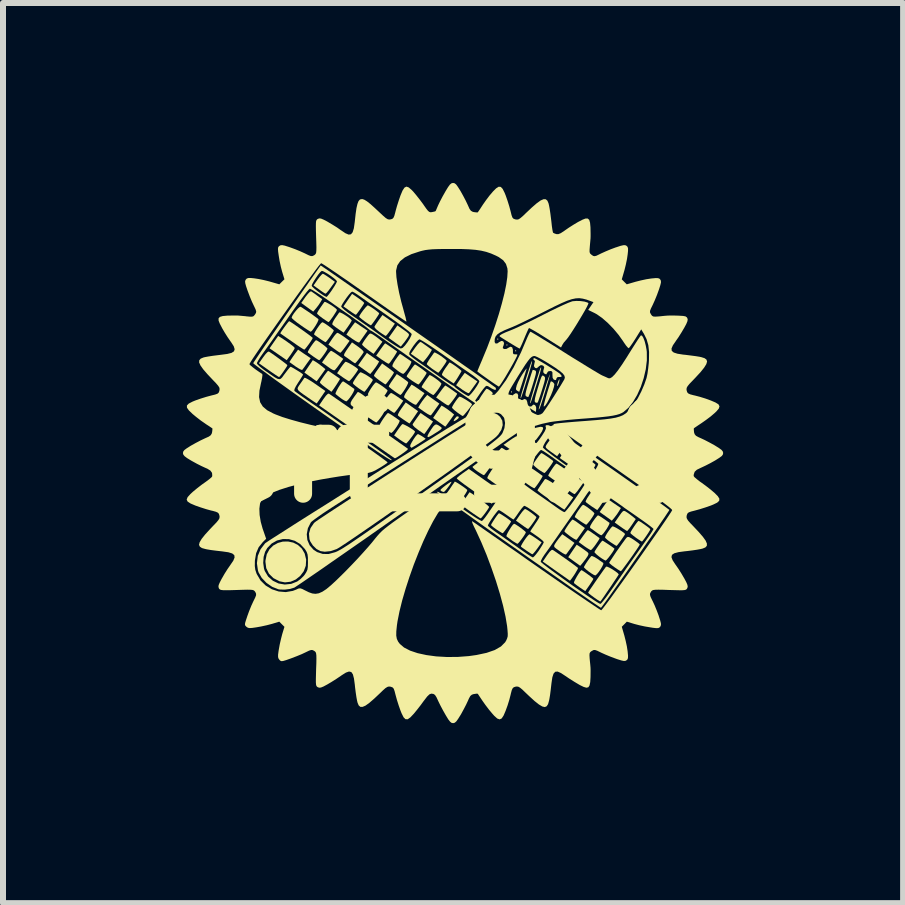
<source format=kicad_pcb>
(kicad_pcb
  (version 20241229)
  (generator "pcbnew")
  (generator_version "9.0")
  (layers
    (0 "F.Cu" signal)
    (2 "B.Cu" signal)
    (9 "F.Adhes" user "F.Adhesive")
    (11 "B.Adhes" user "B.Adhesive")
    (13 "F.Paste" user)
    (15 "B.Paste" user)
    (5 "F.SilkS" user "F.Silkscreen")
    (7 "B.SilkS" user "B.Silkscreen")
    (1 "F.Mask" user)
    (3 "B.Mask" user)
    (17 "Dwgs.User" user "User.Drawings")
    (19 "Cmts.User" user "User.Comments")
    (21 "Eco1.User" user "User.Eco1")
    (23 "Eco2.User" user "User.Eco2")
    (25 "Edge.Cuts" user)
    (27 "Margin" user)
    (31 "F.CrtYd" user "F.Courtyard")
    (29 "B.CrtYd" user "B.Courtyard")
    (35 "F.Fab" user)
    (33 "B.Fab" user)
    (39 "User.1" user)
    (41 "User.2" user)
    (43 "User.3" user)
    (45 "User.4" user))
  (footprint "crf_9x9"
    (layer "F.Cu")
    (at 4.503 4.503)
    (property "Reference" "crf_9x9" (at 0 0 0) (layer "F.SilkS") (effects (font (size 1.5 1.5) (thickness 0.3))))
    (attr board_only exclude_from_pos_files exclude_from_bom)
    (fp_poly (pts (xy 0.751 -1.911) (xy 0.753 -1.891) (xy 0.751 -1.888) (xy 0.74 -1.89) (xy 0.739 -1.9) (xy 0.745 -1.914)) (stroke (width 0) (type solid)) (fill yes) (layer "F.SilkS"))
    (fp_poly (pts (xy 0.909 -1.806) (xy 0.906 -1.795) (xy 0.897 -1.794) (xy 0.883 -1.801) (xy 0.885 -1.806) (xy 0.906 -1.808)) (stroke (width 0) (type solid)) (fill yes) (layer "F.SilkS"))
    (fp_poly (pts (xy 0.979 -1.032) (xy 0.981 -1.011) (xy 0.979 -1.008) (xy 0.969 -1.011) (xy 0.967 -1.02) (xy 0.974 -1.035)) (stroke (width 0) (type solid)) (fill yes) (layer "F.SilkS"))
    (fp_poly (pts (xy 1.05 -1.718) (xy 1.052 -1.697) (xy 1.05 -1.695) (xy 1.039 -1.697) (xy 1.038 -1.706) (xy 1.044 -1.721)) (stroke (width 0) (type solid)) (fill yes) (layer "F.SilkS"))
    (fp_poly (pts (xy 0.385 -0.767) (xy 0.373 -0.751) (xy 0.35 -0.738) (xy 0.325 -0.727) (xy 0.325 -0.738) (xy 0.334 -0.756) (xy 0.355 -0.78) (xy 0.37 -0.782)) (stroke (width 0) (type solid)) (fill yes) (layer "F.SilkS"))
    (fp_poly (pts (xy 0.096 -0.6) (xy 0.09 -0.581) (xy 0.062 -0.556) (xy 0.022 -0.533) (xy 0.008 -0.532) (xy 0.018 -0.556) (xy 0.028 -0.572) (xy 0.059 -0.609) (xy 0.084 -0.612)) (stroke (width 0) (type solid)) (fill yes) (layer "F.SilkS"))
    (fp_poly (pts (xy -1.334 -1.598) (xy -1.232 -1.526) (xy -1.262 -1.474) (xy -1.296 -1.424) (xy -1.335 -1.372) (xy -1.337 -1.369) (xy -1.381 -1.317) (xy -1.482 -1.389) (xy -1.583 -1.462) (xy -1.51 -1.566) (xy -1.437 -1.669)) (stroke (width 0) (type solid)) (fill yes) (layer "F.SilkS"))
    (fp_poly (pts (xy 0.678 -0.014) (xy 0.675 0.004) (xy 0.657 0.033) (xy 0.633 0.06) (xy 0.616 0.07) (xy 0.593 0.058) (xy 0.59 0.055) (xy 0.597 0.037) (xy 0.622 0.013) (xy 0.652 -0.008) (xy 0.675 -0.015)) (stroke (width 0) (type solid)) (fill yes) (layer "F.SilkS"))
    (fp_poly (pts (xy 1.775 -1.225) (xy 1.772 -1.2) (xy 1.762 -1.165) (xy 1.75 -1.133) (xy 1.74 -1.118) (xy 1.734 -1.121) (xy 1.739 -1.151) (xy 1.741 -1.16) (xy 1.756 -1.203) (xy 1.769 -1.228) (xy 1.77 -1.229)) (stroke (width 0) (type solid)) (fill yes) (layer "F.SilkS"))
    (fp_poly (pts (xy 2.694 0.846) (xy 2.798 0.917) (xy 2.766 0.97) (xy 2.733 1.021) (xy 2.693 1.073) (xy 2.691 1.076) (xy 2.647 1.128) (xy 2.546 1.055) (xy 2.444 0.983) (xy 2.517 0.879) (xy 2.59 0.775)) (stroke (width 0) (type solid)) (fill yes) (layer "F.SilkS"))
    (fp_poly (pts (xy -2.869 -1.924) (xy -2.778 -1.864) (xy -2.708 -1.813) (xy -2.661 -1.776) (xy -2.64 -1.753) (xy -2.64 -1.75) (xy -2.649 -1.728) (xy -2.675 -1.687) (xy -2.706 -1.64) (xy -2.773 -1.548) (xy -2.916 -1.647) (xy -3.059 -1.746) (xy -2.987 -1.85) (xy -2.915 -1.953)) (stroke (width 0) (type solid)) (fill yes) (layer "F.SilkS"))
    (fp_poly (pts (xy -0.825 -2.055) (xy -0.772 -2.017) (xy -0.743 -1.992) (xy -0.734 -1.973) (xy -0.74 -1.953) (xy -0.749 -1.937) (xy -0.779 -1.893) (xy -0.816 -1.842) (xy -0.824 -1.833) (xy -0.871 -1.775) (xy -0.972 -1.847) (xy -1.074 -1.92) (xy -1.001 -2.024) (xy -0.928 -2.128)) (stroke (width 0) (type solid)) (fill yes) (layer "F.SilkS"))
    (fp_poly (pts (xy -2.479 -1.652) (xy -2.373 -1.581) (xy -2.439 -1.49) (xy -2.474 -1.44) (xy -2.502 -1.402) (xy -2.515 -1.386) (xy -2.533 -1.389) (xy -2.571 -1.409) (xy -2.622 -1.441) (xy -2.627 -1.445) (xy -2.728 -1.517) (xy -2.699 -1.563) (xy -2.668 -1.609) (xy -2.631 -1.661) (xy -2.626 -1.667) (xy -2.584 -1.724)) (stroke (width 0) (type solid)) (fill yes) (layer "F.SilkS"))
    (fp_poly (pts (xy -2.367 -2.697) (xy -2.343 -2.681) (xy -2.301 -2.652) (xy -2.265 -2.625) (xy -2.181 -2.565) (xy -2.212 -2.512) (xy -2.246 -2.461) (xy -2.285 -2.411) (xy -2.287 -2.409) (xy -2.331 -2.358) (xy -2.431 -2.43) (xy -2.531 -2.502) (xy -2.459 -2.605) (xy -2.421 -2.653) (xy -2.389 -2.686) (xy -2.368 -2.697)) (stroke (width 0) (type solid)) (fill yes) (layer "F.SilkS"))
    (fp_poly (pts (xy -1.53 -2.11) (xy -1.425 -2.04) (xy -1.49 -1.948) (xy -1.525 -1.898) (xy -1.552 -1.86) (xy -1.565 -1.843) (xy -1.583 -1.846) (xy -1.622 -1.866) (xy -1.672 -1.899) (xy -1.677 -1.902) (xy -1.778 -1.974) (xy -1.749 -2.02) (xy -1.718 -2.067) (xy -1.681 -2.118) (xy -1.677 -2.124) (xy -1.634 -2.181)) (stroke (width 0) (type solid)) (fill yes) (layer "F.SilkS"))
    (fp_poly (pts (xy -0.538 -1.852) (xy -0.514 -1.837) (xy -0.472 -1.807) (xy -0.435 -1.781) (xy -0.352 -1.721) (xy -0.383 -1.668) (xy -0.417 -1.617) (xy -0.456 -1.566) (xy -0.457 -1.565) (xy -0.501 -1.514) (xy -0.603 -1.585) (xy -0.704 -1.655) (xy -0.63 -1.759) (xy -0.592 -1.808) (xy -0.56 -1.842) (xy -0.539 -1.853)) (stroke (width 0) (type solid)) (fill yes) (layer "F.SilkS"))
    (fp_poly (pts (xy -0.33 -0.896) (xy -0.228 -0.824) (xy -0.293 -0.733) (xy -0.328 -0.683) (xy -0.356 -0.646) (xy -0.369 -0.629) (xy -0.387 -0.632) (xy -0.425 -0.652) (xy -0.476 -0.685) (xy -0.48 -0.688) (xy -0.581 -0.759) (xy -0.55 -0.812) (xy -0.516 -0.863) (xy -0.477 -0.914) (xy -0.475 -0.917) (xy -0.431 -0.969)) (stroke (width 0) (type solid)) (fill yes) (layer "F.SilkS"))
    (fp_poly (pts (xy 0.301 -1.265) (xy 0.406 -1.194) (xy 0.341 -1.103) (xy 0.305 -1.053) (xy 0.277 -1.015) (xy 0.265 -0.999) (xy 0.246 -1.002) (xy 0.208 -1.022) (xy 0.157 -1.054) (xy 0.153 -1.058) (xy 0.051 -1.13) (xy 0.081 -1.176) (xy 0.112 -1.222) (xy 0.148 -1.274) (xy 0.153 -1.28) (xy 0.195 -1.337)) (stroke (width 0) (type solid)) (fill yes) (layer "F.SilkS"))
    (fp_poly (pts (xy 2.108 1.558) (xy 2.154 1.589) (xy 2.206 1.626) (xy 2.212 1.631) (xy 2.248 1.659) (xy 2.259 1.68) (xy 2.25 1.706) (xy 2.242 1.721) (xy 2.211 1.766) (xy 2.173 1.816) (xy 2.167 1.824) (xy 2.12 1.88) (xy 2.02 1.808) (xy 1.92 1.736) (xy 1.99 1.632) (xy 2.061 1.528)) (stroke (width 0) (type solid)) (fill yes) (layer "F.SilkS"))
    (fp_poly (pts (xy -2.29 -1.521) (xy -2.245 -1.491) (xy -2.194 -1.452) (xy -2.185 -1.446) (xy -2.128 -1.398) (xy -2.2 -1.297) (xy -2.236 -1.248) (xy -2.262 -1.212) (xy -2.275 -1.197) (xy -2.275 -1.197) (xy -2.29 -1.207) (xy -2.325 -1.232) (xy -2.374 -1.268) (xy -2.378 -1.27) (xy -2.478 -1.342) (xy -2.408 -1.446) (xy -2.338 -1.549)) (stroke (width 0) (type solid)) (fill yes) (layer "F.SilkS"))
    (fp_poly (pts (xy -1.073 -2.23) (xy -0.97 -2.158) (xy -1.04 -2.055) (xy -1.076 -2.005) (xy -1.105 -1.968) (xy -1.121 -1.953) (xy -1.122 -1.953) (xy -1.142 -1.963) (xy -1.181 -1.988) (xy -1.226 -2.019) (xy -1.273 -2.056) (xy -1.303 -2.087) (xy -1.311 -2.105) (xy -1.298 -2.129) (xy -1.27 -2.171) (xy -1.241 -2.213) (xy -1.177 -2.302)) (stroke (width 0) (type solid)) (fill yes) (layer "F.SilkS"))
    (fp_poly (pts (xy -0.144 -0.764) (xy -0.099 -0.734) (xy -0.048 -0.696) (xy -0.039 -0.689) (xy 0.018 -0.642) (xy -0.054 -0.541) (xy -0.09 -0.491) (xy -0.116 -0.455) (xy -0.129 -0.441) (xy -0.129 -0.44) (xy -0.144 -0.45) (xy -0.179 -0.475) (xy -0.229 -0.51) (xy -0.232 -0.513) (xy -0.333 -0.585) (xy -0.262 -0.689) (xy -0.192 -0.792)) (stroke (width 0) (type solid)) (fill yes) (layer "F.SilkS"))
    (fp_poly (pts (xy -0.026 0.478) (xy -0.032 0.495) (xy -0.053 0.529) (xy -0.083 0.57) (xy -0.115 0.611) (xy -0.141 0.64) (xy -0.154 0.649) (xy -0.181 0.642) (xy -0.189 0.639) (xy -0.209 0.622) (xy -0.211 0.616) (xy -0.198 0.6) (xy -0.166 0.572) (xy -0.124 0.539) (xy -0.081 0.508) (xy -0.045 0.485) (xy -0.026 0.478)) (stroke (width 0) (type solid)) (fill yes) (layer "F.SilkS"))
    (fp_poly (pts (xy 1.494 -0.433) (xy 1.502 -0.408) (xy 1.483 -0.362) (xy 1.449 -0.309) (xy 1.413 -0.26) (xy 1.386 -0.225) (xy 1.371 -0.211) (xy 1.371 -0.211) (xy 1.353 -0.221) (xy 1.315 -0.245) (xy 1.268 -0.277) (xy 1.174 -0.342) (xy 1.243 -0.373) (xy 1.305 -0.397) (xy 1.376 -0.42) (xy 1.395 -0.425) (xy 1.459 -0.438)) (stroke (width 0) (type solid)) (fill yes) (layer "F.SilkS"))
    (fp_poly (pts (xy -1.579 -2.583) (xy -1.529 -2.547) (xy -1.494 -2.518) (xy -1.481 -2.502) (xy -1.481 -2.501) (xy -1.497 -2.473) (xy -1.525 -2.431) (xy -1.557 -2.384) (xy -1.589 -2.341) (xy -1.612 -2.312) (xy -1.62 -2.305) (xy -1.638 -2.314) (xy -1.677 -2.339) (xy -1.727 -2.374) (xy -1.729 -2.375) (xy -1.827 -2.445) (xy -1.755 -2.55) (xy -1.683 -2.654)) (stroke (width 0) (type solid)) (fill yes) (layer "F.SilkS"))
    (fp_poly (pts (xy -0.686 -0.771) (xy -0.583 -0.698) (xy -0.653 -0.595) (xy -0.688 -0.545) (xy -0.714 -0.508) (xy -0.726 -0.493) (xy -0.726 -0.493) (xy -0.742 -0.502) (xy -0.778 -0.525) (xy -0.821 -0.554) (xy -0.87 -0.588) (xy -0.907 -0.616) (xy -0.921 -0.63) (xy -0.916 -0.65) (xy -0.895 -0.691) (xy -0.861 -0.742) (xy -0.86 -0.744) (xy -0.789 -0.844)) (stroke (width 0) (type solid)) (fill yes) (layer "F.SilkS"))
    (fp_poly (pts (xy -0.438 -0.597) (xy -0.334 -0.526) (xy -0.405 -0.421) (xy -0.44 -0.37) (xy -0.467 -0.333) (xy -0.48 -0.317) (xy -0.48 -0.317) (xy -0.495 -0.326) (xy -0.531 -0.351) (xy -0.581 -0.385) (xy -0.585 -0.388) (xy -0.64 -0.431) (xy -0.67 -0.464) (xy -0.674 -0.481) (xy -0.657 -0.506) (xy -0.628 -0.548) (xy -0.602 -0.585) (xy -0.542 -0.668)) (stroke (width 0) (type solid)) (fill yes) (layer "F.SilkS"))
    (fp_poly (pts (xy 2.445 0.671) (xy 2.548 0.744) (xy 2.478 0.847) (xy 2.444 0.898) (xy 2.417 0.934) (xy 2.405 0.95) (xy 2.405 0.95) (xy 2.389 0.941) (xy 2.353 0.917) (xy 2.31 0.889) (xy 2.261 0.854) (xy 2.224 0.826) (xy 2.21 0.813) (xy 2.215 0.792) (xy 2.236 0.752) (xy 2.27 0.701) (xy 2.271 0.698) (xy 2.342 0.599)) (stroke (width 0) (type solid)) (fill yes) (layer "F.SilkS"))
    (fp_poly (pts (xy -2.014 -1.696) (xy -1.974 -1.672) (xy -1.925 -1.638) (xy -1.83 -1.57) (xy -1.896 -1.477) (xy -1.932 -1.428) (xy -1.962 -1.392) (xy -1.979 -1.379) (xy -2.003 -1.385) (xy -2.042 -1.407) (xy -2.05 -1.413) (xy -2.098 -1.447) (xy -2.142 -1.479) (xy -2.144 -1.48) (xy -2.185 -1.51) (xy -2.117 -1.607) (xy -2.081 -1.657) (xy -2.051 -1.692) (xy -2.035 -1.706)) (stroke (width 0) (type solid)) (fill yes) (layer "F.SilkS"))
    (fp_poly (pts (xy 1.085 -0.272) (xy 1.128 -0.247) (xy 1.183 -0.211) (xy 1.2 -0.2) (xy 1.318 -0.118) (xy 1.254 -0.028) (xy 1.219 0.021) (xy 1.191 0.059) (xy 1.179 0.075) (xy 1.161 0.071) (xy 1.121 0.05) (xy 1.064 0.015) (xy 1.005 -0.025) (xy 0.842 -0.137) (xy 0.943 -0.209) (xy 0.996 -0.245) (xy 1.038 -0.271) (xy 1.062 -0.281) (xy 1.062 -0.281)) (stroke (width 0) (type solid)) (fill yes) (layer "F.SilkS"))
    (fp_poly (pts (xy 1.923 1.425) (xy 2.024 1.498) (xy 1.959 1.589) (xy 1.923 1.638) (xy 1.896 1.675) (xy 1.883 1.692) (xy 1.865 1.688) (xy 1.827 1.668) (xy 1.777 1.635) (xy 1.773 1.632) (xy 1.72 1.594) (xy 1.692 1.57) (xy 1.684 1.55) (xy 1.691 1.53) (xy 1.699 1.515) (xy 1.729 1.47) (xy 1.766 1.42) (xy 1.774 1.411) (xy 1.821 1.353)) (stroke (width 0) (type solid)) (fill yes) (layer "F.SilkS"))
    (fp_poly (pts (xy -2.15 -2.98) (xy -2.109 -2.954) (xy -2.062 -2.922) (xy -1.97 -2.855) (xy -2.041 -2.756) (xy -2.078 -2.706) (xy -2.108 -2.671) (xy -2.125 -2.657) (xy -2.125 -2.657) (xy -2.146 -2.667) (xy -2.182 -2.691) (xy -2.191 -2.697) (xy -2.239 -2.732) (xy -2.283 -2.763) (xy -2.285 -2.765) (xy -2.326 -2.794) (xy -2.258 -2.892) (xy -2.221 -2.941) (xy -2.19 -2.976) (xy -2.172 -2.99)) (stroke (width 0) (type solid)) (fill yes) (layer "F.SilkS"))
    (fp_poly (pts (xy -1.905 -1.995) (xy -1.863 -1.969) (xy -1.817 -1.938) (xy -1.725 -1.871) (xy -1.796 -1.771) (xy -1.833 -1.722) (xy -1.863 -1.686) (xy -1.879 -1.672) (xy -1.879 -1.672) (xy -1.9 -1.682) (xy -1.936 -1.705) (xy -1.944 -1.711) (xy -1.993 -1.746) (xy -2.036 -1.778) (xy -2.038 -1.779) (xy -2.078 -1.808) (xy -2.013 -1.907) (xy -1.977 -1.957) (xy -1.947 -1.992) (xy -1.928 -2.005)) (stroke (width 0) (type solid)) (fill yes) (layer "F.SilkS"))
    (fp_poly (pts (xy -1.573 -1.014) (xy -1.538 -0.994) (xy -1.494 -0.963) (xy -1.449 -0.929) (xy -1.412 -0.898) (xy -1.392 -0.876) (xy -1.39 -0.872) (xy -1.4 -0.849) (xy -1.426 -0.807) (xy -1.456 -0.763) (xy -1.522 -0.673) (xy -1.607 -0.731) (xy -1.658 -0.765) (xy -1.692 -0.791) (xy -1.708 -0.815) (xy -1.706 -0.844) (xy -1.686 -0.883) (xy -1.647 -0.939) (xy -1.589 -1.018) (xy -1.589 -1.018)) (stroke (width 0) (type solid)) (fill yes) (layer "F.SilkS"))
    (fp_poly (pts (xy -0.566 -0.308) (xy -0.531 -0.289) (xy -0.493 -0.265) (xy -0.465 -0.245) (xy -0.457 -0.238) (xy -0.471 -0.226) (xy -0.506 -0.202) (xy -0.554 -0.171) (xy -0.605 -0.139) (xy -0.652 -0.111) (xy -0.685 -0.092) (xy -0.695 -0.088) (xy -0.709 -0.102) (xy -0.715 -0.114) (xy -0.71 -0.138) (xy -0.689 -0.179) (xy -0.66 -0.228) (xy -0.629 -0.273) (xy -0.601 -0.306) (xy -0.585 -0.317)) (stroke (width 0) (type solid)) (fill yes) (layer "F.SilkS"))
    (fp_poly (pts (xy -0.238 -0.459) (xy -0.204 -0.435) (xy -0.19 -0.422) (xy -0.191 -0.408) (xy -0.211 -0.388) (xy -0.254 -0.358) (xy -0.288 -0.337) (xy -0.348 -0.299) (xy -0.386 -0.277) (xy -0.407 -0.267) (xy -0.418 -0.267) (xy -0.427 -0.274) (xy -0.427 -0.275) (xy -0.423 -0.294) (xy -0.403 -0.333) (xy -0.371 -0.384) (xy -0.368 -0.389) (xy -0.329 -0.445) (xy -0.3 -0.473) (xy -0.272 -0.477)) (stroke (width 0) (type solid)) (fill yes) (layer "F.SilkS"))
    (fp_poly (pts (xy 0.588 0.122) (xy 0.627 0.149) (xy 0.649 0.169) (xy 0.651 0.173) (xy 0.641 0.195) (xy 0.618 0.234) (xy 0.587 0.28) (xy 0.554 0.324) (xy 0.528 0.357) (xy 0.514 0.369) (xy 0.493 0.36) (xy 0.453 0.336) (xy 0.408 0.307) (xy 0.362 0.273) (xy 0.332 0.245) (xy 0.324 0.23) (xy 0.343 0.214) (xy 0.381 0.184) (xy 0.429 0.15) (xy 0.525 0.084)) (stroke (width 0) (type solid)) (fill yes) (layer "F.SilkS"))
    (fp_poly (pts (xy 1.782 -0.228) (xy 1.883 -0.156) (xy 1.81 -0.052) (xy 1.774 -0.001) (xy 1.747 0.036) (xy 1.735 0.052) (xy 1.734 0.052) (xy 1.72 0.042) (xy 1.685 0.017) (xy 1.636 -0.018) (xy 1.632 -0.021) (xy 1.58 -0.059) (xy 1.552 -0.084) (xy 1.543 -0.103) (xy 1.55 -0.124) (xy 1.558 -0.139) (xy 1.588 -0.183) (xy 1.626 -0.234) (xy 1.633 -0.243) (xy 1.68 -0.301)) (stroke (width 0) (type solid)) (fill yes) (layer "F.SilkS"))
    (fp_poly (pts (xy 1.996 0.361) (xy 2.037 0.386) (xy 2.085 0.419) (xy 2.179 0.487) (xy 2.108 0.586) (xy 2.072 0.636) (xy 2.042 0.671) (xy 2.026 0.685) (xy 2.026 0.685) (xy 2.005 0.675) (xy 1.969 0.652) (xy 1.961 0.646) (xy 1.912 0.611) (xy 1.869 0.579) (xy 1.867 0.578) (xy 1.827 0.549) (xy 1.892 0.45) (xy 1.927 0.401) (xy 1.957 0.365) (xy 1.974 0.352)) (stroke (width 0) (type solid)) (fill yes) (layer "F.SilkS"))
    (fp_poly (pts (xy 2.868 0.969) (xy 2.883 0.978) (xy 2.927 1.007) (xy 2.977 1.045) (xy 2.988 1.053) (xy 3.046 1.101) (xy 2.979 1.201) (xy 2.944 1.251) (xy 2.916 1.286) (xy 2.902 1.3) (xy 2.902 1.3) (xy 2.885 1.291) (xy 2.847 1.266) (xy 2.796 1.231) (xy 2.794 1.229) (xy 2.695 1.158) (xy 2.766 1.055) (xy 2.804 1.001) (xy 2.829 0.973) (xy 2.848 0.963)) (stroke (width 0) (type solid)) (fill yes) (layer "F.SilkS"))
    (fp_poly (pts (xy -1.879 -2.343) (xy -1.843 -2.326) (xy -1.797 -2.298) (xy -1.75 -2.267) (xy -1.712 -2.237) (xy -1.691 -2.215) (xy -1.689 -2.211) (xy -1.699 -2.19) (xy -1.723 -2.15) (xy -1.756 -2.102) (xy -1.824 -2.007) (xy -1.913 -2.067) (xy -1.963 -2.102) (xy -1.999 -2.131) (xy -2.014 -2.145) (xy -2.01 -2.168) (xy -1.99 -2.209) (xy -1.967 -2.246) (xy -1.933 -2.294) (xy -1.907 -2.331) (xy -1.897 -2.345)) (stroke (width 0) (type solid)) (fill yes) (layer "F.SilkS"))
    (fp_poly (pts (xy -0.848 -1.257) (xy -0.799 -1.222) (xy -0.762 -1.194) (xy -0.748 -1.18) (xy -0.752 -1.159) (xy -0.771 -1.119) (xy -0.799 -1.07) (xy -0.83 -1.023) (xy -0.858 -0.985) (xy -0.876 -0.969) (xy -0.878 -0.968) (xy -0.896 -0.978) (xy -0.935 -1.003) (xy -0.98 -1.034) (xy -1.027 -1.07) (xy -1.061 -1.098) (xy -1.072 -1.112) (xy -1.063 -1.131) (xy -1.039 -1.171) (xy -1.005 -1.221) (xy -0.938 -1.317)) (stroke (width 0) (type solid)) (fill yes) (layer "F.SilkS"))
    (fp_poly (pts (xy -0.678 -1.134) (xy -0.641 -1.112) (xy -0.591 -1.078) (xy -0.583 -1.072) (xy -0.476 -0.997) (xy -0.54 -0.907) (xy -0.575 -0.858) (xy -0.603 -0.821) (xy -0.615 -0.805) (xy -0.634 -0.807) (xy -0.672 -0.826) (xy -0.716 -0.853) (xy -0.766 -0.888) (xy -0.803 -0.917) (xy -0.817 -0.931) (xy -0.813 -0.953) (xy -0.793 -0.994) (xy -0.762 -1.041) (xy -0.728 -1.09) (xy -0.703 -1.126) (xy -0.693 -1.141)) (stroke (width 0) (type solid)) (fill yes) (layer "F.SilkS"))
    (fp_poly (pts (xy 0.584 -1.064) (xy 0.618 -1.042) (xy 0.649 -1.017) (xy 0.663 -0.998) (xy 0.663 -0.996) (xy 0.648 -0.976) (xy 0.613 -0.942) (xy 0.569 -0.903) (xy 0.52 -0.863) (xy 0.489 -0.843) (xy 0.467 -0.841) (xy 0.449 -0.85) (xy 0.434 -0.865) (xy 0.432 -0.882) (xy 0.444 -0.911) (xy 0.474 -0.959) (xy 0.484 -0.973) (xy 0.518 -1.023) (xy 0.545 -1.059) (xy 0.558 -1.073) (xy 0.558 -1.073)) (stroke (width 0) (type solid)) (fill yes) (layer "F.SilkS"))
    (fp_poly (pts (xy 1.227 -1.407) (xy 1.204 -1.331) (xy 1.179 -1.251) (xy 1.154 -1.173) (xy 1.132 -1.105) (xy 1.115 -1.053) (xy 1.105 -1.024) (xy 1.103 -1.021) (xy 1.087 -1.029) (xy 1.07 -1.039) (xy 1.052 -1.054) (xy 1.049 -1.077) (xy 1.059 -1.119) (xy 1.062 -1.131) (xy 1.084 -1.184) (xy 1.118 -1.251) (xy 1.158 -1.318) (xy 1.16 -1.32) (xy 1.193 -1.369) (xy 1.217 -1.401) (xy 1.227 -1.41)) (stroke (width 0) (type solid)) (fill yes) (layer "F.SilkS"))
    (fp_poly (pts (xy -1.773 -1.517) (xy -1.734 -1.499) (xy -1.685 -1.471) (xy -1.638 -1.441) (xy -1.6 -1.414) (xy -1.583 -1.396) (xy -1.583 -1.394) (xy -1.593 -1.373) (xy -1.618 -1.335) (xy -1.652 -1.289) (xy -1.686 -1.245) (xy -1.716 -1.212) (xy -1.732 -1.198) (xy -1.733 -1.198) (xy -1.755 -1.208) (xy -1.796 -1.234) (xy -1.842 -1.265) (xy -1.933 -1.331) (xy -1.873 -1.421) (xy -1.838 -1.47) (xy -1.808 -1.507) (xy -1.794 -1.522)) (stroke (width 0) (type solid)) (fill yes) (layer "F.SilkS"))
    (fp_poly (pts (xy -1.582 -1.773) (xy -1.533 -1.735) (xy -1.5 -1.703) (xy -1.489 -1.682) (xy -1.49 -1.681) (xy -1.514 -1.644) (xy -1.547 -1.598) (xy -1.582 -1.552) (xy -1.612 -1.516) (xy -1.631 -1.497) (xy -1.633 -1.496) (xy -1.653 -1.507) (xy -1.69 -1.532) (xy -1.715 -1.551) (xy -1.761 -1.584) (xy -1.799 -1.61) (xy -1.81 -1.618) (xy -1.819 -1.631) (xy -1.811 -1.657) (xy -1.785 -1.701) (xy -1.76 -1.738) (xy -1.685 -1.845)) (stroke (width 0) (type solid)) (fill yes) (layer "F.SilkS"))
    (fp_poly (pts (xy -1.084 -1.423) (xy -1.035 -1.387) (xy -0.999 -1.358) (xy -0.985 -1.343) (xy -0.985 -1.343) (xy -0.994 -1.324) (xy -1.018 -1.287) (xy -1.049 -1.241) (xy -1.082 -1.196) (xy -1.109 -1.161) (xy -1.125 -1.145) (xy -1.126 -1.144) (xy -1.144 -1.154) (xy -1.181 -1.179) (xy -1.227 -1.21) (xy -1.274 -1.246) (xy -1.308 -1.275) (xy -1.319 -1.29) (xy -1.31 -1.311) (xy -1.285 -1.351) (xy -1.251 -1.399) (xy -1.183 -1.494)) (stroke (width 0) (type solid)) (fill yes) (layer "F.SilkS"))
    (fp_poly (pts (xy -1.012 -0.993) (xy -0.971 -0.969) (xy -0.924 -0.937) (xy -0.83 -0.872) (xy -0.9 -0.77) (xy -0.936 -0.72) (xy -0.965 -0.684) (xy -0.981 -0.669) (xy -0.981 -0.669) (xy -1.001 -0.679) (xy -1.039 -0.704) (xy -1.064 -0.723) (xy -1.111 -0.757) (xy -1.149 -0.784) (xy -1.16 -0.791) (xy -1.171 -0.804) (xy -1.166 -0.827) (xy -1.144 -0.867) (xy -1.119 -0.904) (xy -1.082 -0.954) (xy -1.052 -0.989) (xy -1.034 -1.003)) (stroke (width 0) (type solid)) (fill yes) (layer "F.SilkS"))
    (fp_poly (pts (xy -0.825 -0.479) (xy -0.786 -0.46) (xy -0.737 -0.433) (xy -0.689 -0.403) (xy -0.651 -0.376) (xy -0.634 -0.358) (xy -0.633 -0.357) (xy -0.643 -0.335) (xy -0.668 -0.297) (xy -0.702 -0.252) (xy -0.736 -0.208) (xy -0.766 -0.174) (xy -0.782 -0.16) (xy -0.783 -0.16) (xy -0.805 -0.171) (xy -0.846 -0.196) (xy -0.892 -0.227) (xy -0.983 -0.294) (xy -0.923 -0.383) (xy -0.888 -0.432) (xy -0.859 -0.469) (xy -0.845 -0.483)) (stroke (width 0) (type solid)) (fill yes) (layer "F.SilkS"))
    (fp_poly (pts (xy -0.111 -1.116) (xy -0.073 -1.092) (xy -0.029 -1.061) (xy 0.019 -1.027) (xy 0.054 -1.002) (xy 0.068 -0.992) (xy 0.063 -0.976) (xy 0.042 -0.942) (xy 0.011 -0.898) (xy -0.023 -0.853) (xy -0.053 -0.816) (xy -0.075 -0.795) (xy -0.079 -0.793) (xy -0.102 -0.802) (xy -0.143 -0.828) (xy -0.189 -0.86) (xy -0.282 -0.926) (xy -0.21 -1.026) (xy -0.173 -1.076) (xy -0.144 -1.111) (xy -0.129 -1.126) (xy -0.129 -1.126)) (stroke (width 0) (type solid)) (fill yes) (layer "F.SilkS"))
    (fp_poly (pts (xy 1.293 1.364) (xy 1.333 1.389) (xy 1.382 1.422) (xy 1.477 1.49) (xy 1.406 1.59) (xy 1.369 1.639) (xy 1.339 1.674) (xy 1.323 1.688) (xy 1.323 1.688) (xy 1.303 1.678) (xy 1.264 1.653) (xy 1.226 1.628) (xy 1.179 1.595) (xy 1.144 1.57) (xy 1.132 1.56) (xy 1.136 1.542) (xy 1.156 1.506) (xy 1.185 1.46) (xy 1.218 1.413) (xy 1.248 1.376) (xy 1.269 1.356) (xy 1.272 1.355)) (stroke (width 0) (type solid)) (fill yes) (layer "F.SilkS"))
    (fp_poly (pts (xy 1.314 0.256) (xy 1.351 0.28) (xy 1.4 0.314) (xy 1.453 0.352) (xy 1.494 0.381) (xy 1.488 0.397) (xy 1.468 0.432) (xy 1.439 0.477) (xy 1.407 0.524) (xy 1.378 0.563) (xy 1.359 0.585) (xy 1.356 0.587) (xy 1.338 0.58) (xy 1.299 0.558) (xy 1.248 0.524) (xy 1.245 0.522) (xy 1.145 0.452) (xy 1.217 0.349) (xy 1.253 0.299) (xy 1.282 0.262) (xy 1.297 0.246) (xy 1.297 0.246)) (stroke (width 0) (type solid)) (fill yes) (layer "F.SilkS"))
    (fp_poly (pts (xy 1.551 0.435) (xy 1.587 0.453) (xy 1.634 0.48) (xy 1.681 0.512) (xy 1.719 0.542) (xy 1.74 0.564) (xy 1.741 0.569) (xy 1.732 0.589) (xy 1.707 0.63) (xy 1.673 0.678) (xy 1.605 0.773) (xy 1.506 0.702) (xy 1.457 0.666) (xy 1.422 0.637) (xy 1.407 0.622) (xy 1.407 0.622) (xy 1.417 0.604) (xy 1.441 0.567) (xy 1.464 0.532) (xy 1.498 0.484) (xy 1.523 0.447) (xy 1.533 0.434)) (stroke (width 0) (type solid)) (fill yes) (layer "F.SilkS"))
    (fp_poly (pts (xy 1.669 -1.178) (xy 1.686 -1.155) (xy 1.689 -1.145) (xy 1.681 -1.1) (xy 1.662 -1.039) (xy 1.635 -0.971) (xy 1.602 -0.902) (xy 1.57 -0.841) (xy 1.54 -0.796) (xy 1.517 -0.775) (xy 1.513 -0.774) (xy 1.512 -0.79) (xy 1.521 -0.832) (xy 1.537 -0.896) (xy 1.56 -0.974) (xy 1.562 -0.981) (xy 1.586 -1.06) (xy 1.607 -1.126) (xy 1.621 -1.172) (xy 1.628 -1.192) (xy 1.628 -1.192) (xy 1.645 -1.194)) (stroke (width 0) (type solid)) (fill yes) (layer "F.SilkS"))
    (fp_poly (pts (xy 1.806 0.606) (xy 1.83 0.62) (xy 1.872 0.647) (xy 1.915 0.677) (xy 2.004 0.741) (xy 1.932 0.841) (xy 1.896 0.891) (xy 1.869 0.927) (xy 1.857 0.943) (xy 1.857 0.943) (xy 1.843 0.936) (xy 1.808 0.913) (xy 1.77 0.887) (xy 1.72 0.853) (xy 1.682 0.825) (xy 1.667 0.812) (xy 1.667 0.79) (xy 1.685 0.751) (xy 1.713 0.704) (xy 1.746 0.658) (xy 1.777 0.622) (xy 1.801 0.606)) (stroke (width 0) (type solid)) (fill yes) (layer "F.SilkS"))
    (fp_poly (pts (xy 1.947 -0.114) (xy 1.984 -0.089) (xy 2.034 -0.055) (xy 2.086 -0.018) (xy 2.127 0.012) (xy 2.121 0.028) (xy 2.101 0.063) (xy 2.072 0.108) (xy 2.04 0.154) (xy 2.011 0.193) (xy 1.992 0.216) (xy 1.99 0.218) (xy 1.971 0.211) (xy 1.932 0.188) (xy 1.881 0.155) (xy 1.879 0.153) (xy 1.778 0.083) (xy 1.85 -0.02) (xy 1.887 -0.071) (xy 1.915 -0.107) (xy 1.93 -0.123) (xy 1.931 -0.123)) (stroke (width 0) (type solid)) (fill yes) (layer "F.SilkS"))
    (fp_poly (pts (xy 2.013 1.118) (xy 2.053 1.143) (xy 2.102 1.179) (xy 2.198 1.25) (xy 2.134 1.342) (xy 2.099 1.391) (xy 2.072 1.429) (xy 2.059 1.445) (xy 2.041 1.442) (xy 2.003 1.421) (xy 1.954 1.388) (xy 1.952 1.387) (xy 1.904 1.35) (xy 1.869 1.321) (xy 1.856 1.305) (xy 1.856 1.305) (xy 1.865 1.283) (xy 1.889 1.244) (xy 1.92 1.197) (xy 1.952 1.153) (xy 1.979 1.12) (xy 1.993 1.108)) (stroke (width 0) (type solid)) (fill yes) (layer "F.SilkS"))
    (fp_poly (pts (xy 2.16 1.962) (xy 2.197 1.986) (xy 2.243 2.019) (xy 2.288 2.052) (xy 2.323 2.08) (xy 2.339 2.096) (xy 2.339 2.097) (xy 2.33 2.117) (xy 2.305 2.156) (xy 2.272 2.206) (xy 2.204 2.302) (xy 2.115 2.242) (xy 2.066 2.207) (xy 2.029 2.179) (xy 2.015 2.165) (xy 2.019 2.144) (xy 2.038 2.105) (xy 2.065 2.056) (xy 2.095 2.008) (xy 2.122 1.97) (xy 2.139 1.953) (xy 2.141 1.952)) (stroke (width 0) (type solid)) (fill yes) (layer "F.SilkS"))
    (fp_poly (pts (xy 2.264 1.294) (xy 2.302 1.318) (xy 2.346 1.349) (xy 2.394 1.383) (xy 2.428 1.408) (xy 2.442 1.418) (xy 2.438 1.434) (xy 2.417 1.468) (xy 2.387 1.512) (xy 2.354 1.558) (xy 2.323 1.595) (xy 2.302 1.616) (xy 2.297 1.618) (xy 2.274 1.608) (xy 2.232 1.582) (xy 2.186 1.551) (xy 2.095 1.484) (xy 2.166 1.384) (xy 2.202 1.335) (xy 2.231 1.299) (xy 2.246 1.284) (xy 2.246 1.284)) (stroke (width 0) (type solid)) (fill yes) (layer "F.SilkS"))
    (fp_poly (pts (xy -1.326 -0.839) (xy -1.291 -0.819) (xy -1.246 -0.789) (xy -1.201 -0.756) (xy -1.165 -0.725) (xy -1.145 -0.703) (xy -1.144 -0.699) (xy -1.154 -0.674) (xy -1.178 -0.634) (xy -1.21 -0.588) (xy -1.243 -0.545) (xy -1.269 -0.517) (xy -1.28 -0.51) (xy -1.3 -0.52) (xy -1.339 -0.544) (xy -1.379 -0.571) (xy -1.426 -0.605) (xy -1.461 -0.631) (xy -1.473 -0.641) (xy -1.468 -0.659) (xy -1.442 -0.703) (xy -1.396 -0.768) (xy -1.343 -0.843)) (stroke (width 0) (type solid)) (fill yes) (layer "F.SilkS"))
    (fp_poly (pts (xy -1.116 -1.82) (xy -1.081 -1.797) (xy -1.034 -1.765) (xy -0.986 -1.731) (xy -0.943 -1.701) (xy -0.934 -1.694) (xy -0.939 -1.679) (xy -0.96 -1.644) (xy -0.989 -1.598) (xy -1.021 -1.552) (xy -1.049 -1.513) (xy -1.068 -1.491) (xy -1.071 -1.489) (xy -1.09 -1.495) (xy -1.129 -1.518) (xy -1.179 -1.552) (xy -1.182 -1.553) (xy -1.282 -1.624) (xy -1.21 -1.727) (xy -1.174 -1.777) (xy -1.146 -1.814) (xy -1.132 -1.829) (xy -1.132 -1.829)) (stroke (width 0) (type solid)) (fill yes) (layer "F.SilkS"))
    (fp_poly (pts (xy -0.376 -1.296) (xy -0.341 -1.276) (xy -0.296 -1.246) (xy -0.251 -1.213) (xy -0.215 -1.182) (xy -0.195 -1.16) (xy -0.194 -1.156) (xy -0.204 -1.131) (xy -0.228 -1.091) (xy -0.26 -1.045) (xy -0.293 -1.003) (xy -0.319 -0.974) (xy -0.33 -0.967) (xy -0.35 -0.977) (xy -0.39 -1.001) (xy -0.429 -1.029) (xy -0.476 -1.063) (xy -0.511 -1.088) (xy -0.524 -1.098) (xy -0.518 -1.117) (xy -0.492 -1.16) (xy -0.447 -1.226) (xy -0.393 -1.3)) (stroke (width 0) (type solid)) (fill yes) (layer "F.SilkS"))
    (fp_poly (pts (xy 1.611 -1.294) (xy 1.6 -1.249) (xy 1.582 -1.184) (xy 1.559 -1.106) (xy 1.534 -1.021) (xy 1.508 -0.937) (xy 1.483 -0.859) (xy 1.462 -0.796) (xy 1.446 -0.753) (xy 1.439 -0.739) (xy 1.429 -0.725) (xy 1.43 -0.743) (xy 1.432 -0.748) (xy 1.443 -0.791) (xy 1.462 -0.854) (xy 1.486 -0.931) (xy 1.512 -1.015) (xy 1.539 -1.099) (xy 1.565 -1.178) (xy 1.587 -1.243) (xy 1.604 -1.29) (xy 1.613 -1.312) (xy 1.614 -1.312)) (stroke (width 0) (type solid)) (fill yes) (layer "F.SilkS"))
    (fp_poly (pts (xy -2.664 1.493) (xy -2.586 1.533) (xy -2.521 1.593) (xy -2.474 1.674) (xy -2.449 1.776) (xy -2.449 1.778) (xy -2.455 1.879) (xy -2.489 1.97) (xy -2.547 2.047) (xy -2.621 2.107) (xy -2.708 2.145) (xy -2.802 2.156) (xy -2.893 2.138) (xy -2.995 2.085) (xy -3.069 2.012) (xy -3.114 1.92) (xy -3.128 1.813) (xy -3.127 1.791) (xy -3.106 1.688) (xy -3.061 1.605) (xy -2.998 1.542) (xy -2.921 1.499) (xy -2.837 1.476) (xy -2.749 1.475)) (stroke (width 0) (type solid)) (fill yes) (layer "F.SilkS"))
    (fp_poly (pts (xy -2.46 -1.252) (xy -2.42 -1.231) (xy -2.363 -1.197) (xy -2.298 -1.153) (xy -2.129 -1.035) (xy -2.2 -0.931) (xy -2.235 -0.88) (xy -2.261 -0.843) (xy -2.274 -0.827) (xy -2.274 -0.827) (xy -2.289 -0.837) (xy -2.327 -0.862) (xy -2.38 -0.898) (xy -2.419 -0.925) (xy -2.497 -0.979) (xy -2.55 -1.018) (xy -2.581 -1.047) (xy -2.592 -1.071) (xy -2.586 -1.096) (xy -2.567 -1.127) (xy -2.548 -1.154) (xy -2.514 -1.202) (xy -2.488 -1.24) (xy -2.478 -1.255)) (stroke (width 0) (type solid)) (fill yes) (layer "F.SilkS"))
    (fp_poly (pts (xy 0.527 0.451) (xy 0.791 0.636) (xy 0.72 0.74) (xy 0.685 0.791) (xy 0.659 0.828) (xy 0.646 0.844) (xy 0.646 0.844) (xy 0.631 0.834) (xy 0.592 0.808) (xy 0.532 0.767) (xy 0.457 0.714) (xy 0.371 0.654) (xy 0.352 0.641) (xy 0.264 0.578) (xy 0.186 0.522) (xy 0.124 0.475) (xy 0.081 0.441) (xy 0.062 0.423) (xy 0.062 0.422) (xy 0.075 0.405) (xy 0.11 0.375) (xy 0.16 0.338) (xy 0.162 0.336) (xy 0.263 0.265)) (stroke (width 0) (type solid)) (fill yes) (layer "F.SilkS"))
    (fp_poly (pts (xy 1.223 0.942) (xy 1.262 0.966) (xy 1.307 0.998) (xy 1.35 1.031) (xy 1.381 1.058) (xy 1.39 1.07) (xy 1.38 1.091) (xy 1.357 1.129) (xy 1.325 1.175) (xy 1.293 1.219) (xy 1.266 1.252) (xy 1.251 1.266) (xy 1.251 1.266) (xy 1.231 1.256) (xy 1.195 1.232) (xy 1.187 1.226) (xy 1.138 1.191) (xy 1.093 1.158) (xy 1.091 1.157) (xy 1.049 1.127) (xy 1.116 1.029) (xy 1.152 0.98) (xy 1.183 0.945) (xy 1.2 0.932)) (stroke (width 0) (type solid)) (fill yes) (layer "F.SilkS"))
    (fp_poly (pts (xy 1.317 -1.521) (xy 1.312 -1.495) (xy 1.299 -1.448) (xy 1.279 -1.377) (xy 1.249 -1.278) (xy 1.229 -1.216) (xy 1.194 -1.101) (xy 1.167 -1.017) (xy 1.148 -0.96) (xy 1.136 -0.927) (xy 1.129 -0.915) (xy 1.126 -0.921) (xy 1.126 -0.927) (xy 1.131 -0.95) (xy 1.144 -0.999) (xy 1.164 -1.067) (xy 1.189 -1.148) (xy 1.215 -1.236) (xy 1.242 -1.322) (xy 1.267 -1.402) (xy 1.288 -1.467) (xy 1.304 -1.511) (xy 1.311 -1.528) (xy 1.317 -1.531)) (stroke (width 0) (type solid)) (fill yes) (layer "F.SilkS"))
    (fp_poly (pts (xy 1.507 -1.288) (xy 1.518 -1.28) (xy 1.529 -1.268) (xy 1.534 -1.251) (xy 1.531 -1.222) (xy 1.52 -1.175) (xy 1.499 -1.104) (xy 1.484 -1.055) (xy 1.459 -0.976) (xy 1.436 -0.909) (xy 1.419 -0.861) (xy 1.41 -0.841) (xy 1.387 -0.838) (xy 1.373 -0.844) (xy 1.363 -0.855) (xy 1.361 -0.877) (xy 1.367 -0.916) (xy 1.382 -0.976) (xy 1.406 -1.059) (xy 1.435 -1.155) (xy 1.456 -1.222) (xy 1.471 -1.264) (xy 1.483 -1.286) (xy 1.494 -1.293)) (stroke (width 0) (type solid)) (fill yes) (layer "F.SilkS"))
    (fp_poly (pts (xy -3.071 -1.693) (xy -3.033 -1.668) (xy -2.981 -1.632) (xy -2.923 -1.59) (xy -2.865 -1.547) (xy -2.814 -1.509) (xy -2.777 -1.48) (xy -2.762 -1.465) (xy -2.762 -1.465) (xy -2.771 -1.444) (xy -2.795 -1.407) (xy -2.826 -1.361) (xy -2.858 -1.316) (xy -2.885 -1.282) (xy -2.9 -1.267) (xy -2.901 -1.267) (xy -2.919 -1.277) (xy -2.959 -1.303) (xy -3.015 -1.341) (xy -3.074 -1.382) (xy -3.236 -1.497) (xy -3.163 -1.601) (xy -3.124 -1.652) (xy -3.092 -1.684) (xy -3.072 -1.693)) (stroke (width 0) (type solid)) (fill yes) (layer "F.SilkS"))
    (fp_poly (pts (xy -2.261 -1.872) (xy -2.222 -1.847) (xy -2.176 -1.814) (xy -2.133 -1.781) (xy -2.102 -1.753) (xy -2.093 -1.74) (xy -2.103 -1.718) (xy -2.127 -1.679) (xy -2.159 -1.633) (xy -2.191 -1.59) (xy -2.218 -1.558) (xy -2.231 -1.548) (xy -2.251 -1.557) (xy -2.289 -1.582) (xy -2.329 -1.609) (xy -2.376 -1.643) (xy -2.41 -1.668) (xy -2.422 -1.678) (xy -2.418 -1.695) (xy -2.398 -1.732) (xy -2.369 -1.777) (xy -2.336 -1.824) (xy -2.307 -1.861) (xy -2.287 -1.881) (xy -2.284 -1.882)) (stroke (width 0) (type solid)) (fill yes) (layer "F.SilkS"))
    (fp_poly (pts (xy -1.4 -2.453) (xy -1.362 -2.43) (xy -1.316 -2.399) (xy -1.273 -2.367) (xy -1.241 -2.341) (xy -1.231 -2.329) (xy -1.24 -2.309) (xy -1.264 -2.272) (xy -1.295 -2.226) (xy -1.327 -2.181) (xy -1.354 -2.145) (xy -1.369 -2.129) (xy -1.37 -2.129) (xy -1.389 -2.139) (xy -1.428 -2.164) (xy -1.473 -2.195) (xy -1.52 -2.231) (xy -1.554 -2.259) (xy -1.565 -2.273) (xy -1.555 -2.297) (xy -1.53 -2.336) (xy -1.497 -2.381) (xy -1.462 -2.424) (xy -1.434 -2.454) (xy -1.421 -2.463)) (stroke (width 0) (type solid)) (fill yes) (layer "F.SilkS"))
    (fp_poly (pts (xy -1.348 -1.982) (xy -1.34 -1.978) (xy -1.295 -1.948) (xy -1.244 -1.91) (xy -1.235 -1.903) (xy -1.178 -1.856) (xy -1.25 -1.755) (xy -1.286 -1.705) (xy -1.313 -1.669) (xy -1.325 -1.654) (xy -1.325 -1.654) (xy -1.34 -1.664) (xy -1.375 -1.689) (xy -1.424 -1.724) (xy -1.425 -1.725) (xy -1.473 -1.763) (xy -1.506 -1.794) (xy -1.517 -1.812) (xy -1.517 -1.812) (xy -1.505 -1.835) (xy -1.479 -1.876) (xy -1.45 -1.917) (xy -1.414 -1.965) (xy -1.391 -1.989) (xy -1.372 -1.993)) (stroke (width 0) (type solid)) (fill yes) (layer "F.SilkS"))
    (fp_poly (pts (xy -1.064 -0.659) (xy -1.024 -0.635) (xy -0.989 -0.611) (xy -0.941 -0.578) (xy -0.905 -0.552) (xy -0.891 -0.543) (xy -0.893 -0.525) (xy -0.91 -0.488) (xy -0.938 -0.442) (xy -0.97 -0.396) (xy -1.001 -0.358) (xy -1.024 -0.337) (xy -1.029 -0.336) (xy -1.052 -0.345) (xy -1.093 -0.37) (xy -1.135 -0.397) (xy -1.181 -0.431) (xy -1.213 -0.458) (xy -1.222 -0.471) (xy -1.213 -0.493) (xy -1.189 -0.533) (xy -1.158 -0.58) (xy -1.126 -0.624) (xy -1.099 -0.657) (xy -1.085 -0.668)) (stroke (width 0) (type solid)) (fill yes) (layer "F.SilkS"))
    (fp_poly (pts (xy -0.867 -1.644) (xy -0.83 -1.62) (xy -0.796 -1.596) (xy -0.748 -1.563) (xy -0.71 -1.537) (xy -0.696 -1.527) (xy -0.697 -1.508) (xy -0.714 -1.471) (xy -0.741 -1.425) (xy -0.773 -1.379) (xy -0.804 -1.341) (xy -0.828 -1.321) (xy -0.833 -1.32) (xy -0.858 -1.33) (xy -0.899 -1.355) (xy -0.923 -1.373) (xy -0.968 -1.408) (xy -1.001 -1.435) (xy -1.01 -1.443) (xy -1.01 -1.466) (xy -0.989 -1.511) (xy -0.96 -1.556) (xy -0.925 -1.605) (xy -0.898 -1.64) (xy -0.885 -1.653)) (stroke (width 0) (type solid)) (fill yes) (layer "F.SilkS"))
    (fp_poly (pts (xy 1.04 1.188) (xy 1.079 1.213) (xy 1.125 1.245) (xy 1.169 1.279) (xy 1.202 1.306) (xy 1.214 1.321) (xy 1.204 1.344) (xy 1.18 1.383) (xy 1.147 1.429) (xy 1.114 1.472) (xy 1.087 1.503) (xy 1.074 1.513) (xy 1.053 1.503) (xy 1.014 1.479) (xy 0.983 1.458) (xy 0.937 1.424) (xy 0.902 1.398) (xy 0.89 1.388) (xy 0.892 1.369) (xy 0.91 1.331) (xy 0.937 1.284) (xy 0.967 1.236) (xy 0.995 1.198) (xy 1.016 1.179) (xy 1.019 1.179)) (stroke (width 0) (type solid)) (fill yes) (layer "F.SilkS"))
    (fp_poly (pts (xy 1.345 -1.384) (xy 1.362 -1.379) (xy 1.375 -1.373) (xy 1.382 -1.362) (xy 1.383 -1.342) (xy 1.377 -1.308) (xy 1.362 -1.254) (xy 1.339 -1.175) (xy 1.317 -1.104) (xy 1.294 -1.032) (xy 1.273 -0.976) (xy 1.258 -0.94) (xy 1.252 -0.933) (xy 1.228 -0.941) (xy 1.216 -0.948) (xy 1.208 -0.96) (xy 1.208 -0.986) (xy 1.217 -1.031) (xy 1.236 -1.099) (xy 1.258 -1.172) (xy 1.283 -1.252) (xy 1.304 -1.318) (xy 1.32 -1.365) (xy 1.327 -1.385) (xy 1.327 -1.386)) (stroke (width 0) (type solid)) (fill yes) (layer "F.SilkS"))
    (fp_poly (pts (xy 2.191 0.872) (xy 2.23 0.897) (xy 2.276 0.931) (xy 2.318 0.965) (xy 2.348 0.993) (xy 2.357 1.006) (xy 2.347 1.029) (xy 2.323 1.068) (xy 2.291 1.114) (xy 2.258 1.156) (xy 2.232 1.186) (xy 2.219 1.195) (xy 2.2 1.185) (xy 2.161 1.161) (xy 2.123 1.136) (xy 2.076 1.103) (xy 2.042 1.077) (xy 2.029 1.068) (xy 2.034 1.05) (xy 2.053 1.013) (xy 2.082 0.967) (xy 2.115 0.921) (xy 2.144 0.883) (xy 2.165 0.863) (xy 2.168 0.862)) (stroke (width 0) (type solid)) (fill yes) (layer "F.SilkS"))
    (fp_poly (pts (xy 2.325 1.719) (xy 2.364 1.737) (xy 2.403 1.761) (xy 2.452 1.796) (xy 2.49 1.822) (xy 2.505 1.832) (xy 2.505 1.852) (xy 2.488 1.889) (xy 2.461 1.935) (xy 2.429 1.982) (xy 2.399 2.019) (xy 2.375 2.039) (xy 2.37 2.04) (xy 2.345 2.03) (xy 2.302 2.004) (xy 2.265 1.978) (xy 2.22 1.943) (xy 2.19 1.915) (xy 2.181 1.902) (xy 2.191 1.882) (xy 2.214 1.843) (xy 2.245 1.797) (xy 2.277 1.752) (xy 2.304 1.719) (xy 2.305 1.717)) (stroke (width 0) (type solid)) (fill yes) (layer "F.SilkS"))
    (fp_poly (pts (xy -2.157 -2.172) (xy -2.119 -2.148) (xy -2.073 -2.116) (xy -2.03 -2.083) (xy -1.998 -2.056) (xy -1.988 -2.043) (xy -1.997 -2.023) (xy -2.021 -1.985) (xy -2.052 -1.939) (xy -2.084 -1.895) (xy -2.111 -1.861) (xy -2.126 -1.848) (xy -2.126 -1.848) (xy -2.145 -1.858) (xy -2.184 -1.882) (xy -2.221 -1.907) (xy -2.269 -1.941) (xy -2.304 -1.966) (xy -2.317 -1.977) (xy -2.313 -1.995) (xy -2.294 -2.032) (xy -2.265 -2.078) (xy -2.232 -2.125) (xy -2.203 -2.162) (xy -2.182 -2.18) (xy -2.179 -2.181)) (stroke (width 0) (type solid)) (fill yes) (layer "F.SilkS"))
    (fp_poly (pts (xy -2.126 -2.518) (xy -2.09 -2.5) (xy -2.043 -2.473) (xy -1.996 -2.442) (xy -1.958 -2.413) (xy -1.937 -2.391) (xy -1.936 -2.387) (xy -1.944 -2.366) (xy -1.968 -2.328) (xy -1.998 -2.281) (xy -2.031 -2.235) (xy -2.058 -2.199) (xy -2.075 -2.183) (xy -2.076 -2.183) (xy -2.093 -2.192) (xy -2.131 -2.217) (xy -2.176 -2.248) (xy -2.224 -2.284) (xy -2.257 -2.313) (xy -2.268 -2.328) (xy -2.259 -2.349) (xy -2.235 -2.389) (xy -2.212 -2.423) (xy -2.179 -2.471) (xy -2.153 -2.507) (xy -2.144 -2.52)) (stroke (width 0) (type solid)) (fill yes) (layer "F.SilkS"))
    (fp_poly (pts (xy -1.817 -1.187) (xy -1.78 -1.163) (xy -1.745 -1.139) (xy -1.697 -1.105) (xy -1.66 -1.079) (xy -1.647 -1.07) (xy -1.646 -1.051) (xy -1.663 -1.013) (xy -1.69 -0.967) (xy -1.722 -0.921) (xy -1.753 -0.883) (xy -1.776 -0.863) (xy -1.781 -0.862) (xy -1.807 -0.873) (xy -1.848 -0.898) (xy -1.873 -0.916) (xy -1.917 -0.95) (xy -1.95 -0.977) (xy -1.96 -0.985) (xy -1.957 -1.004) (xy -1.939 -1.043) (xy -1.913 -1.091) (xy -1.883 -1.138) (xy -1.856 -1.177) (xy -1.836 -1.195) (xy -1.834 -1.196)) (stroke (width 0) (type solid)) (fill yes) (layer "F.SilkS"))
    (fp_poly (pts (xy -1.525 -1.342) (xy -1.486 -1.323) (xy -1.438 -1.296) (xy -1.39 -1.265) (xy -1.353 -1.238) (xy -1.337 -1.22) (xy -1.337 -1.219) (xy -1.346 -1.2) (xy -1.37 -1.163) (xy -1.402 -1.118) (xy -1.434 -1.072) (xy -1.462 -1.037) (xy -1.478 -1.021) (xy -1.478 -1.02) (xy -1.497 -1.03) (xy -1.535 -1.054) (xy -1.58 -1.084) (xy -1.627 -1.12) (xy -1.66 -1.149) (xy -1.671 -1.165) (xy -1.661 -1.189) (xy -1.637 -1.229) (xy -1.605 -1.276) (xy -1.574 -1.318) (xy -1.55 -1.344) (xy -1.546 -1.347)) (stroke (width 0) (type solid)) (fill yes) (layer "F.SilkS"))
    (fp_poly (pts (xy -1.262 -1.169) (xy -1.223 -1.145) (xy -1.177 -1.114) (xy -1.133 -1.081) (xy -1.101 -1.055) (xy -1.091 -1.042) (xy -1.1 -1.022) (xy -1.124 -0.984) (xy -1.155 -0.939) (xy -1.187 -0.894) (xy -1.214 -0.86) (xy -1.229 -0.845) (xy -1.23 -0.845) (xy -1.249 -0.855) (xy -1.287 -0.879) (xy -1.324 -0.904) (xy -1.372 -0.938) (xy -1.407 -0.964) (xy -1.419 -0.974) (xy -1.416 -0.993) (xy -1.397 -1.03) (xy -1.369 -1.076) (xy -1.337 -1.123) (xy -1.307 -1.16) (xy -1.287 -1.178) (xy -1.284 -1.179)) (stroke (width 0) (type solid)) (fill yes) (layer "F.SilkS"))
    (fp_poly (pts (xy -0.616 -1.468) (xy -0.579 -1.444) (xy -0.534 -1.413) (xy -0.489 -1.38) (xy -0.455 -1.353) (xy -0.44 -1.338) (xy -0.44 -1.338) (xy -0.449 -1.317) (xy -0.473 -1.278) (xy -0.504 -1.232) (xy -0.536 -1.188) (xy -0.563 -1.155) (xy -0.577 -1.143) (xy -0.597 -1.152) (xy -0.637 -1.176) (xy -0.682 -1.205) (xy -0.73 -1.239) (xy -0.763 -1.266) (xy -0.774 -1.279) (xy -0.765 -1.299) (xy -0.741 -1.336) (xy -0.71 -1.382) (xy -0.678 -1.427) (xy -0.651 -1.462) (xy -0.636 -1.477) (xy -0.636 -1.478)) (stroke (width 0) (type solid)) (fill yes) (layer "F.SilkS"))
    (fp_poly (pts (xy -0.297 -1.674) (xy -0.261 -1.655) (xy -0.215 -1.627) (xy -0.169 -1.594) (xy -0.13 -1.564) (xy -0.108 -1.542) (xy -0.106 -1.537) (xy -0.115 -1.518) (xy -0.138 -1.481) (xy -0.17 -1.435) (xy -0.202 -1.39) (xy -0.23 -1.355) (xy -0.245 -1.339) (xy -0.246 -1.339) (xy -0.264 -1.349) (xy -0.302 -1.374) (xy -0.347 -1.404) (xy -0.394 -1.44) (xy -0.428 -1.469) (xy -0.439 -1.483) (xy -0.43 -1.504) (xy -0.406 -1.544) (xy -0.383 -1.579) (xy -0.349 -1.627) (xy -0.324 -1.663) (xy -0.314 -1.677)) (stroke (width 0) (type solid)) (fill yes) (layer "F.SilkS"))
    (fp_poly (pts (xy -0.044 -1.505) (xy -0.009 -1.484) (xy 0.035 -1.454) (xy 0.08 -1.421) (xy 0.118 -1.391) (xy 0.139 -1.371) (xy 0.141 -1.367) (xy 0.132 -1.349) (xy 0.11 -1.312) (xy 0.082 -1.265) (xy 0.052 -1.218) (xy 0.026 -1.181) (xy 0.012 -1.162) (xy 0.01 -1.161) (xy -0.004 -1.17) (xy -0.039 -1.193) (xy -0.083 -1.222) (xy -0.132 -1.257) (xy -0.17 -1.287) (xy -0.185 -1.302) (xy -0.181 -1.324) (xy -0.16 -1.365) (xy -0.13 -1.412) (xy -0.095 -1.46) (xy -0.07 -1.496) (xy -0.059 -1.51)) (stroke (width 0) (type solid)) (fill yes) (layer "F.SilkS"))
    (fp_poly (pts (xy 0.126 -0.936) (xy 0.165 -0.917) (xy 0.213 -0.89) (xy 0.261 -0.859) (xy 0.299 -0.832) (xy 0.316 -0.814) (xy 0.317 -0.813) (xy 0.307 -0.793) (xy 0.281 -0.756) (xy 0.247 -0.711) (xy 0.211 -0.668) (xy 0.181 -0.633) (xy 0.163 -0.617) (xy 0.162 -0.617) (xy 0.142 -0.627) (xy 0.104 -0.653) (xy 0.066 -0.68) (xy 0.021 -0.716) (xy -0.009 -0.745) (xy -0.018 -0.759) (xy -0.008 -0.783) (xy 0.016 -0.824) (xy 0.047 -0.87) (xy 0.078 -0.912) (xy 0.102 -0.938) (xy 0.105 -0.941)) (stroke (width 0) (type solid)) (fill yes) (layer "F.SilkS"))
    (fp_poly (pts (xy 1.467 -1.424) (xy 1.469 -1.422) (xy 1.466 -1.404) (xy 1.455 -1.357) (xy 1.435 -1.289) (xy 1.41 -1.204) (xy 1.389 -1.134) (xy 1.354 -1.022) (xy 1.328 -0.94) (xy 1.31 -0.883) (xy 1.298 -0.849) (xy 1.291 -0.832) (xy 1.287 -0.829) (xy 1.286 -0.836) (xy 1.285 -0.841) (xy 1.29 -0.866) (xy 1.303 -0.917) (xy 1.324 -0.989) (xy 1.349 -1.075) (xy 1.364 -1.123) (xy 1.397 -1.232) (xy 1.422 -1.311) (xy 1.439 -1.366) (xy 1.451 -1.4) (xy 1.458 -1.418) (xy 1.463 -1.425)) (stroke (width 0) (type solid)) (fill yes) (layer "F.SilkS"))
    (fp_poly (pts (xy 1.492 0.009) (xy 1.529 0.032) (xy 1.574 0.062) (xy 1.619 0.094) (xy 1.655 0.12) (xy 1.671 0.135) (xy 1.671 0.135) (xy 1.661 0.157) (xy 1.636 0.196) (xy 1.603 0.242) (xy 1.569 0.287) (xy 1.54 0.32) (xy 1.524 0.333) (xy 1.523 0.333) (xy 1.5 0.322) (xy 1.458 0.296) (xy 1.42 0.27) (xy 1.376 0.234) (xy 1.345 0.205) (xy 1.337 0.192) (xy 1.346 0.17) (xy 1.37 0.132) (xy 1.402 0.086) (xy 1.434 0.042) (xy 1.46 0.011) (xy 1.474 0)) (stroke (width 0) (type solid)) (fill yes) (layer "F.SilkS"))
    (fp_poly (pts (xy 1.695 1.636) (xy 1.747 1.672) (xy 1.811 1.717) (xy 1.88 1.765) (xy 1.948 1.814) (xy 2.008 1.857) (xy 2.054 1.892) (xy 2.08 1.912) (xy 2.083 1.916) (xy 2.078 1.934) (xy 2.057 1.971) (xy 2.029 2.018) (xy 1.997 2.065) (xy 1.969 2.104) (xy 1.951 2.126) (xy 1.947 2.127) (xy 1.932 2.117) (xy 1.894 2.09) (xy 1.837 2.05) (xy 1.766 2) (xy 1.72 1.968) (xy 1.496 1.809) (xy 1.567 1.704) (xy 1.612 1.644) (xy 1.644 1.615) (xy 1.66 1.614)) (stroke (width 0) (type solid)) (fill yes) (layer "F.SilkS"))
    (fp_poly (pts (xy 1.744 0.185) (xy 1.782 0.209) (xy 1.828 0.24) (xy 1.872 0.272) (xy 1.905 0.299) (xy 1.917 0.313) (xy 1.908 0.334) (xy 1.884 0.372) (xy 1.853 0.418) (xy 1.821 0.463) (xy 1.794 0.497) (xy 1.779 0.51) (xy 1.779 0.51) (xy 1.76 0.501) (xy 1.721 0.476) (xy 1.682 0.449) (xy 1.634 0.415) (xy 1.6 0.389) (xy 1.587 0.379) (xy 1.592 0.362) (xy 1.612 0.326) (xy 1.641 0.28) (xy 1.672 0.234) (xy 1.701 0.196) (xy 1.72 0.177) (xy 1.723 0.176)) (stroke (width 0) (type solid)) (fill yes) (layer "F.SilkS"))
    (fp_poly (pts (xy 2.196 0.062) (xy 2.234 0.086) (xy 2.28 0.118) (xy 2.325 0.152) (xy 2.36 0.18) (xy 2.375 0.195) (xy 2.375 0.196) (xy 2.364 0.221) (xy 2.339 0.261) (xy 2.305 0.307) (xy 2.27 0.349) (xy 2.241 0.379) (xy 2.228 0.386) (xy 2.203 0.376) (xy 2.162 0.351) (xy 2.137 0.333) (xy 2.093 0.299) (xy 2.06 0.272) (xy 2.051 0.264) (xy 2.054 0.245) (xy 2.071 0.206) (xy 2.097 0.158) (xy 2.127 0.111) (xy 2.154 0.072) (xy 2.173 0.053) (xy 2.176 0.053)) (stroke (width 0) (type solid)) (fill yes) (layer "F.SilkS"))
    (fp_poly (pts (xy 2.509 1.469) (xy 2.545 1.492) (xy 2.591 1.522) (xy 2.637 1.553) (xy 2.673 1.579) (xy 2.691 1.594) (xy 2.691 1.595) (xy 2.681 1.617) (xy 2.657 1.656) (xy 2.624 1.702) (xy 2.589 1.747) (xy 2.56 1.78) (xy 2.544 1.793) (xy 2.544 1.793) (xy 2.52 1.782) (xy 2.478 1.756) (xy 2.441 1.73) (xy 2.396 1.694) (xy 2.366 1.665) (xy 2.357 1.652) (xy 2.366 1.631) (xy 2.39 1.593) (xy 2.421 1.548) (xy 2.452 1.504) (xy 2.478 1.472) (xy 2.491 1.46)) (stroke (width 0) (type solid)) (fill yes) (layer "F.SilkS"))
    (fp_poly (pts (xy 2.678 1.226) (xy 2.717 1.245) (xy 2.765 1.273) (xy 2.813 1.304) (xy 2.85 1.331) (xy 2.867 1.349) (xy 2.867 1.35) (xy 2.858 1.369) (xy 2.834 1.405) (xy 2.803 1.45) (xy 2.77 1.495) (xy 2.742 1.531) (xy 2.727 1.547) (xy 2.726 1.548) (xy 2.708 1.539) (xy 2.67 1.515) (xy 2.625 1.486) (xy 2.577 1.451) (xy 2.544 1.421) (xy 2.533 1.406) (xy 2.543 1.381) (xy 2.567 1.339) (xy 2.599 1.292) (xy 2.63 1.25) (xy 2.654 1.224) (xy 2.657 1.222)) (stroke (width 0) (type solid)) (fill yes) (layer "F.SilkS"))
    (fp_poly (pts (xy 3.125 1.147) (xy 3.168 1.176) (xy 3.215 1.209) (xy 3.257 1.24) (xy 3.284 1.263) (xy 3.289 1.27) (xy 3.28 1.29) (xy 3.257 1.328) (xy 3.226 1.375) (xy 3.194 1.421) (xy 3.166 1.458) (xy 3.15 1.476) (xy 3.149 1.476) (xy 3.131 1.466) (xy 3.093 1.442) (xy 3.048 1.411) (xy 3.001 1.375) (xy 2.967 1.347) (xy 2.956 1.332) (xy 2.964 1.311) (xy 2.987 1.272) (xy 3.017 1.226) (xy 3.049 1.18) (xy 3.076 1.145) (xy 3.093 1.13) (xy 3.094 1.13)) (stroke (width 0) (type solid)) (fill yes) (layer "F.SilkS"))
    (fp_poly (pts (xy -2.066 -1.363) (xy -2.029 -1.338) (xy -1.983 -1.307) (xy -1.935 -1.273) (xy -1.899 -1.248) (xy -1.885 -1.238) (xy -1.891 -1.223) (xy -1.912 -1.189) (xy -1.941 -1.143) (xy -1.974 -1.094) (xy -2.003 -1.053) (xy -2.023 -1.026) (xy -2.028 -1.022) (xy -2.043 -1.032) (xy -2.079 -1.058) (xy -2.127 -1.093) (xy -2.128 -1.094) (xy -2.176 -1.131) (xy -2.21 -1.162) (xy -2.221 -1.18) (xy -2.221 -1.18) (xy -2.209 -1.202) (xy -2.184 -1.24) (xy -2.152 -1.286) (xy -2.12 -1.329) (xy -2.095 -1.361) (xy -2.083 -1.372)) (stroke (width 0) (type solid)) (fill yes) (layer "F.SilkS"))
    (fp_poly (pts (xy 0.785 1.012) (xy 0.823 1.035) (xy 0.869 1.065) (xy 0.915 1.097) (xy 0.95 1.124) (xy 0.967 1.139) (xy 0.967 1.14) (xy 0.958 1.16) (xy 0.934 1.197) (xy 0.903 1.243) (xy 0.87 1.288) (xy 0.843 1.322) (xy 0.828 1.337) (xy 0.828 1.337) (xy 0.809 1.328) (xy 0.77 1.304) (xy 0.725 1.275) (xy 0.678 1.241) (xy 0.644 1.213) (xy 0.633 1.2) (xy 0.642 1.179) (xy 0.665 1.141) (xy 0.695 1.095) (xy 0.726 1.05) (xy 0.752 1.016) (xy 0.766 1.003) (xy 0.766 1.003)) (stroke (width 0) (type solid)) (fill yes) (layer "F.SilkS"))
    (fp_poly (pts (xy 2.437 1.047) (xy 2.476 1.071) (xy 2.511 1.095) (xy 2.559 1.128) (xy 2.595 1.154) (xy 2.608 1.163) (xy 2.606 1.181) (xy 2.589 1.217) (xy 2.561 1.264) (xy 2.529 1.31) (xy 2.499 1.349) (xy 2.476 1.369) (xy 2.471 1.371) (xy 2.448 1.361) (xy 2.409 1.336) (xy 2.383 1.317) (xy 2.338 1.284) (xy 2.301 1.258) (xy 2.29 1.251) (xy 2.282 1.236) (xy 2.292 1.206) (xy 2.321 1.157) (xy 2.334 1.138) (xy 2.37 1.088) (xy 2.399 1.053) (xy 2.415 1.038) (xy 2.415 1.038)) (stroke (width 0) (type solid)) (fill yes) (layer "F.SilkS"))
    (fp_poly (pts (xy -2.519 -2.426) (xy -2.476 -2.397) (xy -2.42 -2.36) (xy -2.361 -2.319) (xy -2.306 -2.279) (xy -2.264 -2.248) (xy -2.244 -2.232) (xy -2.246 -2.213) (xy -2.263 -2.174) (xy -2.29 -2.127) (xy -2.321 -2.08) (xy -2.349 -2.042) (xy -2.37 -2.023) (xy -2.373 -2.023) (xy -2.391 -2.032) (xy -2.432 -2.058) (xy -2.488 -2.095) (xy -2.538 -2.13) (xy -2.601 -2.175) (xy -2.651 -2.215) (xy -2.683 -2.245) (xy -2.691 -2.257) (xy -2.68 -2.287) (xy -2.654 -2.328) (xy -2.619 -2.373) (xy -2.584 -2.412) (xy -2.555 -2.436) (xy -2.542 -2.439)) (stroke (width 0) (type solid)) (fill yes) (layer "F.SilkS"))
    (fp_poly (pts (xy 0.289 0.66) (xy 0.325 0.683) (xy 0.375 0.718) (xy 0.433 0.76) (xy 0.491 0.803) (xy 0.543 0.844) (xy 0.582 0.877) (xy 0.601 0.896) (xy 0.602 0.899) (xy 0.589 0.924) (xy 0.563 0.963) (xy 0.53 1.009) (xy 0.497 1.051) (xy 0.471 1.081) (xy 0.46 1.089) (xy 0.442 1.079) (xy 0.401 1.052) (xy 0.345 1.014) (xy 0.295 0.979) (xy 0.232 0.934) (xy 0.182 0.895) (xy 0.15 0.868) (xy 0.141 0.858) (xy 0.15 0.837) (xy 0.175 0.798) (xy 0.206 0.752) (xy 0.24 0.704) (xy 0.264 0.668) (xy 0.274 0.654)) (stroke (width 0) (type solid)) (fill yes) (layer "F.SilkS"))
    (fp_poly (pts (xy -2.714 -2.189) (xy -2.675 -2.164) (xy -2.62 -2.126) (xy -2.557 -2.082) (xy -2.492 -2.036) (xy -2.431 -1.992) (xy -2.381 -1.955) (xy -2.349 -1.929) (xy -2.339 -1.919) (xy -2.349 -1.898) (xy -2.373 -1.86) (xy -2.405 -1.814) (xy -2.438 -1.77) (xy -2.465 -1.737) (xy -2.48 -1.724) (xy -2.498 -1.733) (xy -2.539 -1.759) (xy -2.598 -1.798) (xy -2.668 -1.847) (xy -2.684 -1.858) (xy -2.755 -1.907) (xy -2.815 -1.949) (xy -2.858 -1.979) (xy -2.879 -1.994) (xy -2.88 -1.995) (xy -2.873 -2.01) (xy -2.851 -2.044) (xy -2.82 -2.088) (xy -2.786 -2.134) (xy -2.756 -2.173) (xy -2.736 -2.196) (xy -2.732 -2.199)) (stroke (width 0) (type solid)) (fill yes) (layer "F.SilkS"))
    (fp_poly (pts (xy 2.935 1.401) (xy 2.972 1.42) (xy 3.016 1.448) (xy 3.065 1.483) (xy 3.1 1.51) (xy 3.113 1.524) (xy 3.104 1.542) (xy 3.078 1.583) (xy 3.04 1.639) (xy 2.995 1.705) (xy 2.946 1.774) (xy 2.897 1.842) (xy 2.854 1.9) (xy 2.821 1.944) (xy 2.801 1.968) (xy 2.798 1.97) (xy 2.779 1.961) (xy 2.739 1.936) (xy 2.695 1.906) (xy 2.647 1.871) (xy 2.614 1.843) (xy 2.603 1.83) (xy 2.613 1.811) (xy 2.639 1.771) (xy 2.676 1.715) (xy 2.72 1.649) (xy 2.768 1.581) (xy 2.814 1.516) (xy 2.854 1.461) (xy 2.883 1.422) (xy 2.894 1.409) (xy 2.911 1.398)) (stroke (width 0) (type solid)) (fill yes) (layer "F.SilkS"))
    (fp_poly (pts (xy 2.571 1.895) (xy 2.609 1.912) (xy 2.657 1.939) (xy 2.704 1.97) (xy 2.742 1.999) (xy 2.761 2.02) (xy 2.762 2.023) (xy 2.752 2.04) (xy 2.727 2.079) (xy 2.69 2.134) (xy 2.646 2.201) (xy 2.598 2.271) (xy 2.551 2.34) (xy 2.51 2.4) (xy 2.477 2.447) (xy 2.457 2.473) (xy 2.456 2.475) (xy 2.441 2.468) (xy 2.405 2.445) (xy 2.356 2.411) (xy 2.352 2.408) (xy 2.302 2.371) (xy 2.266 2.343) (xy 2.252 2.328) (xy 2.252 2.327) (xy 2.261 2.311) (xy 2.286 2.272) (xy 2.324 2.217) (xy 2.368 2.152) (xy 2.416 2.083) (xy 2.463 2.016) (xy 2.504 1.958) (xy 2.535 1.915) (xy 2.552 1.893)) (stroke (width 0) (type solid)) (fill yes) (layer "F.SilkS"))
    (fp_poly (pts (xy 1.074 -0.991) (xy 1.086 -0.961) (xy 1.084 -0.943) (xy 1.084 -0.899) (xy 1.105 -0.874) (xy 1.137 -0.872) (xy 1.157 -0.885) (xy 1.194 -0.902) (xy 1.223 -0.888) (xy 1.238 -0.848) (xy 1.239 -0.833) (xy 1.251 -0.795) (xy 1.277 -0.775) (xy 1.306 -0.778) (xy 1.32 -0.792) (xy 1.343 -0.809) (xy 1.367 -0.799) (xy 1.384 -0.769) (xy 1.386 -0.739) (xy 1.383 -0.702) (xy 1.381 -0.686) (xy 1.381 -0.686) (xy 1.367 -0.695) (xy 1.328 -0.718) (xy 1.271 -0.754) (xy 1.202 -0.797) (xy 1.198 -0.799) (xy 1.111 -0.853) (xy 1.051 -0.892) (xy 1.014 -0.919) (xy 0.995 -0.938) (xy 0.992 -0.953) (xy 1 -0.966) (xy 1.009 -0.977) (xy 1.045 -0.998)) (stroke (width 0) (type solid)) (fill yes) (layer "F.SilkS"))
    (fp_poly (pts (xy -2.051 -0.978) (xy -2.007 -0.948) (xy -1.941 -0.902) (xy -1.857 -0.844) (xy -1.759 -0.776) (xy -1.65 -0.7) (xy -1.534 -0.619) (xy -1.415 -0.535) (xy -1.295 -0.452) (xy -1.178 -0.37) (xy -1.069 -0.294) (xy -0.97 -0.225) (xy -0.885 -0.165) (xy -0.818 -0.118) (xy -0.773 -0.086) (xy -0.752 -0.071) (xy -0.751 -0.07) (xy -0.759 -0.057) (xy -0.789 -0.031) (xy -0.832 0.001) (xy -0.881 0.035) (xy -0.926 0.065) (xy -0.959 0.084) (xy -0.971 0.087) (xy -0.986 0.077) (xy -1.027 0.049) (xy -1.091 0.005) (xy -1.175 -0.053) (xy -1.275 -0.123) (xy -1.39 -0.203) (xy -1.516 -0.291) (xy -1.605 -0.354) (xy -2.233 -0.794) (xy -2.162 -0.899) (xy -2.119 -0.957) (xy -2.087 -0.988) (xy -2.07 -0.991)) (stroke (width 0) (type solid)) (fill yes) (layer "F.SilkS"))
    (fp_poly (pts (xy 0.83 -0.078) (xy 0.872 -0.052) (xy 0.929 -0.014) (xy 0.983 0.023) (xy 1.141 0.135) (xy 0.982 0.362) (xy 0.927 0.439) (xy 0.881 0.506) (xy 0.845 0.557) (xy 0.824 0.586) (xy 0.82 0.592) (xy 0.806 0.584) (xy 0.77 0.56) (xy 0.719 0.525) (xy 0.701 0.513) (xy 0.644 0.473) (xy 0.6 0.441) (xy 0.574 0.421) (xy 0.571 0.419) (xy 0.575 0.4) (xy 0.595 0.36) (xy 0.629 0.307) (xy 0.64 0.29) (xy 0.678 0.235) (xy 0.706 0.191) (xy 0.72 0.166) (xy 0.721 0.164) (xy 0.709 0.146) (xy 0.691 0.131) (xy 0.676 0.117) (xy 0.675 0.099) (xy 0.689 0.069) (xy 0.722 0.02) (xy 0.728 0.01) (xy 0.764 -0.039) (xy 0.794 -0.074) (xy 0.811 -0.088) (xy 0.811 -0.088)) (stroke (width 0) (type solid)) (fill yes) (layer "F.SilkS"))
    (fp_poly (pts (xy 1.375 -1.574) (xy 1.419 -1.55) (xy 1.478 -1.516) (xy 1.547 -1.475) (xy 1.617 -1.431) (xy 1.684 -1.389) (xy 1.738 -1.353) (xy 1.775 -1.327) (xy 1.781 -1.322) (xy 1.807 -1.293) (xy 1.809 -1.272) (xy 1.79 -1.268) (xy 1.744 -1.267) (xy 1.725 -1.248) (xy 1.724 -1.24) (xy 1.715 -1.216) (xy 1.687 -1.221) (xy 1.675 -1.229) (xy 1.66 -1.255) (xy 1.657 -1.302) (xy 1.657 -1.303) (xy 1.657 -1.345) (xy 1.643 -1.364) (xy 1.623 -1.369) (xy 1.585 -1.361) (xy 1.569 -1.338) (xy 1.555 -1.312) (xy 1.533 -1.318) (xy 1.524 -1.324) (xy 1.504 -1.347) (xy 1.506 -1.38) (xy 1.511 -1.394) (xy 1.52 -1.431) (xy 1.508 -1.452) (xy 1.495 -1.46) (xy 1.465 -1.467) (xy 1.434 -1.448) (xy 1.426 -1.44) (xy 1.397 -1.415) (xy 1.374 -1.417) (xy 1.365 -1.423) (xy 1.348 -1.449) (xy 1.355 -1.487) (xy 1.356 -1.492) (xy 1.365 -1.531) (xy 1.356 -1.545) (xy 1.338 -1.561) (xy 1.342 -1.579) (xy 1.355 -1.583)) (stroke (width 0) (type solid)) (fill yes) (layer "F.SilkS"))
    (fp_poly (pts (xy 2.126 -2.534) (xy 2.191 -2.525) (xy 2.24 -2.51) (xy 2.257 -2.5) (xy 2.252 -2.481) (xy 2.232 -2.439) (xy 2.199 -2.378) (xy 2.156 -2.304) (xy 2.107 -2.222) (xy 2.056 -2.138) (xy 2.005 -2.057) (xy 1.958 -1.985) (xy 1.918 -1.927) (xy 1.888 -1.889) (xy 1.879 -1.879) (xy 1.845 -1.84) (xy 1.823 -1.805) (xy 1.8 -1.76) (xy 1.538 -1.925) (xy 1.453 -1.978) (xy 1.378 -2.024) (xy 1.318 -2.058) (xy 1.279 -2.079) (xy 1.266 -2.084) (xy 1.255 -2.066) (xy 1.235 -2.022) (xy 1.208 -1.96) (xy 1.187 -1.909) (xy 1.158 -1.84) (xy 1.133 -1.784) (xy 1.116 -1.75) (xy 1.109 -1.742) (xy 1.091 -1.751) (xy 1.05 -1.774) (xy 0.992 -1.809) (xy 0.941 -1.84) (xy 0.875 -1.881) (xy 0.821 -1.915) (xy 0.786 -1.938) (xy 0.775 -1.946) (xy 0.78 -1.961) (xy 0.816 -1.985) (xy 0.881 -2.015) (xy 0.965 -2.048) (xy 1.018 -2.07) (xy 1.097 -2.106) (xy 1.194 -2.152) (xy 1.304 -2.205) (xy 1.421 -2.264) (xy 1.506 -2.307) (xy 1.625 -2.367) (xy 1.736 -2.421) (xy 1.834 -2.467) (xy 1.914 -2.502) (xy 1.971 -2.524) (xy 1.994 -2.531) (xy 2.056 -2.536)) (stroke (width 0) (type solid)) (fill yes) (layer "F.SilkS"))
    (fp_poly (pts (xy 0.692 -0.665) (xy 0.742 -0.641) (xy 0.784 -0.604) (xy 0.821 -0.54) (xy 0.828 -0.466) (xy 0.805 -0.387) (xy 0.754 -0.308) (xy 0.718 -0.27) (xy 0.687 -0.244) (xy 0.63 -0.2) (xy 0.549 -0.14) (xy 0.448 -0.066) (xy 0.329 0.02) (xy 0.194 0.117) (xy 0.047 0.222) (xy -0.111 0.335) (xy -0.277 0.452) (xy -0.447 0.572) (xy -0.62 0.694) (xy -0.793 0.816) (xy -0.963 0.935) (xy -1.127 1.05) (xy -1.284 1.159) (xy -1.43 1.26) (xy -1.564 1.352) (xy -1.681 1.432) (xy -1.78 1.499) (xy -1.858 1.55) (xy -1.913 1.585) (xy -1.941 1.601) (xy -2.042 1.635) (xy -2.139 1.645) (xy -2.21 1.635) (xy -2.276 1.6) (xy -2.337 1.541) (xy -2.382 1.47) (xy -2.394 1.436) (xy -2.402 1.342) (xy -2.376 1.251) (xy -2.32 1.169) (xy -2.307 1.156) (xy -2.283 1.138) (xy -2.231 1.102) (xy -2.154 1.051) (xy -2.055 0.985) (xy -1.934 0.906) (xy -1.795 0.815) (xy -1.639 0.714) (xy -1.469 0.604) (xy -1.287 0.487) (xy -1.096 0.364) (xy -0.897 0.237) (xy -0.692 0.106) (xy -0.485 -0.026) (xy -0.277 -0.158) (xy -0.071 -0.289) (xy 0.132 -0.417) (xy 0.25 -0.491) (xy 0.377 -0.568) (xy 0.481 -0.623) (xy 0.565 -0.657) (xy 0.634 -0.671)) (stroke (width 0) (type solid)) (fill yes) (layer "F.SilkS"))
    (fp_poly (pts (xy 1.309 -2.014) (xy 1.353 -1.988) (xy 1.42 -1.948) (xy 1.507 -1.894) (xy 1.61 -1.831) (xy 1.727 -1.759) (xy 1.852 -1.68) (xy 1.866 -1.671) (xy 1.995 -1.59) (xy 2.118 -1.515) (xy 2.229 -1.446) (xy 2.326 -1.387) (xy 2.405 -1.34) (xy 2.461 -1.307) (xy 2.492 -1.291) (xy 2.493 -1.291) (xy 2.543 -1.269) (xy 2.582 -1.251) (xy 2.588 -1.248) (xy 2.616 -1.246) (xy 2.651 -1.266) (xy 2.695 -1.31) (xy 2.75 -1.379) (xy 2.817 -1.475) (xy 2.898 -1.6) (xy 2.928 -1.649) (xy 2.986 -1.741) (xy 3.038 -1.823) (xy 3.082 -1.891) (xy 3.114 -1.938) (xy 3.131 -1.961) (xy 3.133 -1.962) (xy 3.151 -1.956) (xy 3.172 -1.922) (xy 3.193 -1.868) (xy 3.211 -1.8) (xy 3.225 -1.727) (xy 3.23 -1.686) (xy 3.231 -1.545) (xy 3.213 -1.397) (xy 3.178 -1.248) (xy 3.13 -1.103) (xy 3.069 -0.968) (xy 2.999 -0.85) (xy 2.922 -0.753) (xy 2.84 -0.683) (xy 2.814 -0.668) (xy 2.775 -0.651) (xy 2.728 -0.637) (xy 2.668 -0.624) (xy 2.591 -0.612) (xy 2.493 -0.601) (xy 2.37 -0.589) (xy 2.217 -0.577) (xy 2.148 -0.572) (xy 2.025 -0.562) (xy 1.903 -0.551) (xy 1.791 -0.539) (xy 1.696 -0.528) (xy 1.627 -0.518) (xy 1.62 -0.517) (xy 1.482 -0.487) (xy 1.34 -0.446) (xy 1.207 -0.399) (xy 1.093 -0.347) (xy 1.056 -0.327) (xy 1.029 -0.309) (xy 0.975 -0.273) (xy 0.895 -0.219) (xy 0.793 -0.148) (xy 0.67 -0.063) (xy 0.527 0.036) (xy 0.366 0.148) (xy 0.19 0.271) (xy -0.000087 0.403) (xy -0.202 0.544) (xy -0.414 0.693) (xy -0.635 0.847) (xy -0.82 0.977) (xy -1.045 1.134) (xy -1.262 1.286) (xy -1.47 1.432) (xy -1.667 1.569) (xy -1.851 1.697) (xy -2.021 1.815) (xy -2.174 1.922) (xy -2.309 2.015) (xy -2.424 2.094) (xy -2.517 2.158) (xy -2.587 2.205) (xy -2.631 2.234) (xy -2.647 2.244) (xy -2.722 2.266) (xy -2.808 2.277) (xy -2.886 2.275) (xy -2.913 2.271) (xy -3.016 2.23) (xy -3.111 2.164) (xy -3.189 2.082) (xy -3.242 1.99) (xy -3.253 1.956) (xy -3.27 1.835) (xy -3.269 1.831) (xy -3.165 1.831) (xy -3.152 1.926) (xy -3.139 1.966) (xy -3.083 2.059) (xy -3.004 2.129) (xy -2.91 2.174) (xy -2.806 2.192) (xy -2.698 2.181) (xy -2.599 2.142) (xy -2.544 2.102) (xy -2.49 2.049) (xy -2.472 2.026) (xy -2.445 1.983) (xy -2.428 1.945) (xy -2.421 1.898) (xy -2.419 1.832) (xy -2.419 1.812) (xy -2.42 1.739) (xy -2.426 1.689) (xy -2.44 1.65) (xy -2.464 1.609) (xy -2.472 1.598) (xy -2.548 1.517) (xy -2.638 1.463) (xy -2.737 1.435) (xy -2.838 1.434) (xy -2.936 1.458) (xy -3.024 1.508) (xy -3.097 1.583) (xy -3.133 1.645) (xy -3.158 1.731) (xy -3.165 1.831) (xy -3.269 1.831) (xy -3.255 1.715) (xy -3.209 1.604) (xy -3.136 1.508) (xy -3.129 1.501) (xy -3.108 1.487) (xy -3.061 1.455) (xy -2.988 1.408) (xy -2.901 1.353) (xy -2.439 1.353) (xy -2.429 1.45) (xy -2.391 1.538) (xy -2.327 1.611) (xy -2.266 1.651) (xy -2.172 1.682) (xy -2.074 1.683) (xy -1.965 1.653) (xy -1.952 1.648) (xy -1.929 1.638) (xy -1.903 1.624) (xy -1.871 1.607) (xy -1.833 1.584) (xy -1.786 1.554) (xy -1.728 1.517) (xy -1.658 1.469) (xy -1.573 1.411) (xy -1.471 1.341) (xy -1.351 1.257) (xy -1.211 1.159) (xy -1.048 1.044) (xy -0.86 0.912) (xy -0.647 0.762) (xy -0.58 0.715) (xy -0.351 0.553) (xy -0.148 0.409) (xy 0.029 0.284) (xy 0.183 0.174) (xy 0.315 0.079) (xy 0.427 -0.001) (xy 0.521 -0.07) (xy 0.598 -0.128) (xy 0.66 -0.176) (xy 0.71 -0.216) (xy 0.748 -0.248) (xy 0.777 -0.275) (xy 0.799 -0.298) (xy 0.814 -0.317) (xy 0.825 -0.335) (xy 0.825 -0.335) (xy 0.857 -0.417) (xy 0.867 -0.502) (xy 0.854 -0.577) (xy 0.846 -0.595) (xy 0.799 -0.648) (xy 0.729 -0.685) (xy 0.645 -0.703) (xy 0.557 -0.699) (xy 0.488 -0.68) (xy 0.474 -0.673) (xy 0.448 -0.658) (xy 0.41 -0.635) (xy 0.359 -0.604) (xy 0.292 -0.563) (xy 0.21 -0.511) (xy 0.11 -0.448) (xy -0.008 -0.374) (xy -0.146 -0.287) (xy -0.304 -0.186) (xy -0.484 -0.072) (xy -0.687 0.057) (xy -0.914 0.202) (xy -1.167 0.363) (xy -1.446 0.541) (xy -1.753 0.737) (xy -1.974 0.878) (xy -2.077 0.945) (xy -2.172 1.008) (xy -2.253 1.065) (xy -2.317 1.111) (xy -2.359 1.144) (xy -2.372 1.158) (xy -2.42 1.253) (xy -2.439 1.353) (xy -2.901 1.353) (xy -2.892 1.347) (xy -2.776 1.273) (xy -2.642 1.187) (xy -2.492 1.092) (xy -2.329 0.989) (xy -2.155 0.88) (xy -1.973 0.765) (xy -1.785 0.646) (xy -1.593 0.526) (xy -1.399 0.404) (xy -1.207 0.283) (xy -1.018 0.165) (xy -0.834 0.05) (xy -0.659 -0.059) (xy -0.494 -0.162) (xy -0.342 -0.256) (xy -0.206 -0.341) (xy -0.087 -0.415) (xy 0.012 -0.475) (xy 0.089 -0.522) (xy 0.141 -0.553) (xy 0.161 -0.564) (xy 0.232 -0.607) (xy 0.32 -0.665) (xy 0.414 -0.731) (xy 0.505 -0.8) (xy 0.582 -0.862) (xy 0.617 -0.892) (xy 0.71 -0.991) (xy 0.924 -0.991) (xy 0.925 -0.971) (xy 0.931 -0.954) (xy 0.953 -0.927) (xy 1 -0.887) (xy 1.063 -0.84) (xy 1.137 -0.788) (xy 1.215 -0.738) (xy 1.289 -0.693) (xy 1.354 -0.658) (xy 1.401 -0.637) (xy 1.418 -0.634) (xy 1.46 -0.645) (xy 1.491 -0.664) (xy 1.508 -0.686) (xy 1.541 -0.733) (xy 1.584 -0.797) (xy 1.635 -0.874) (xy 1.689 -0.958) (xy 1.742 -1.043) (xy 1.792 -1.122) (xy 1.833 -1.191) (xy 1.854 -1.226) (xy 1.864 -1.257) (xy 1.857 -1.289) (xy 1.83 -1.326) (xy 1.779 -1.369) (xy 1.703 -1.423) (xy 1.619 -1.477) (xy 1.538 -1.527) (xy 1.465 -1.569) (xy 1.406 -1.6) (xy 1.368 -1.616) (xy 1.359 -1.618) (xy 1.334 -1.615) (xy 1.31 -1.602) (xy 1.281 -1.576) (xy 1.247 -1.533) (xy 1.203 -1.471) (xy 1.148 -1.385) (xy 1.082 -1.28) (xy 1.022 -1.181) (xy 0.978 -1.108) (xy 0.948 -1.055) (xy 0.931 -1.018) (xy 0.924 -0.991) (xy 0.71 -0.991) (xy 0.754 -1.038) (xy 0.885 -1.218) (xy 1.011 -1.431) (xy 1.133 -1.679) (xy 1.206 -1.851) (xy 1.236 -1.922) (xy 1.262 -1.978) (xy 1.282 -2.014) (xy 1.291 -2.023)) (stroke (width 0) (type solid)) (fill yes) (layer "F.SilkS"))
    (fp_poly (pts (xy -2.192 -3.118) (xy -2.151 -3.09) (xy -2.086 -3.046) (xy -2 -2.986) (xy -1.893 -2.912) (xy -1.77 -2.826) (xy -1.632 -2.73) (xy -1.481 -2.625) (xy -1.321 -2.513) (xy -1.153 -2.396) (xy -0.979 -2.275) (xy -0.802 -2.151) (xy -0.625 -2.027) (xy -0.449 -1.904) (xy -0.277 -1.784) (xy -0.111 -1.668) (xy 0.046 -1.558) (xy 0.191 -1.456) (xy 0.324 -1.363) (xy 0.441 -1.281) (xy 0.54 -1.211) (xy 0.618 -1.156) (xy 0.674 -1.116) (xy 0.705 -1.094) (xy 0.71 -1.09) (xy 0.717 -1.065) (xy 0.714 -1.057) (xy 0.692 -1.054) (xy 0.648 -1.074) (xy 0.631 -1.085) (xy 0.588 -1.112) (xy 0.563 -1.121) (xy 0.545 -1.114) (xy 0.529 -1.098) (xy 0.502 -1.066) (xy 0.465 -1.016) (xy 0.433 -0.969) (xy 0.368 -0.874) (xy 0.407 -0.833) (xy 0.43 -0.805) (xy 0.435 -0.792) (xy 0.434 -0.792) (xy 0.416 -0.801) (xy 0.375 -0.828) (xy 0.313 -0.87) (xy 0.235 -0.924) (xy 0.146 -0.986) (xy 0.101 -1.017) (xy -0.002 -1.089) (xy -0.102 -1.16) (xy -0.196 -1.225) (xy -0.274 -1.281) (xy -0.333 -1.321) (xy -0.343 -1.328) (xy -0.431 -1.39) (xy -0.541 -1.467) (xy -0.667 -1.555) (xy -0.796 -1.645) (xy -0.73 -1.645) (xy -0.728 -1.64) (xy -0.706 -1.618) (xy -0.663 -1.583) (xy -0.607 -1.541) (xy -0.58 -1.522) (xy -0.515 -1.477) (xy -0.432 -1.419) (xy -0.34 -1.354) (xy -0.249 -1.29) (xy -0.232 -1.278) (xy -0.156 -1.225) (xy -0.089 -1.18) (xy -0.038 -1.146) (xy -0.007 -1.128) (xy -0.001 -1.126) (xy 0.02 -1.113) (xy 0.021 -1.112) (xy 0.039 -1.093) (xy 0.078 -1.062) (xy 0.128 -1.026) (xy 0.18 -0.991) (xy 0.225 -0.964) (xy 0.254 -0.95) (xy 0.257 -0.95) (xy 0.277 -0.963) (xy 0.311 -0.999) (xy 0.351 -1.05) (xy 0.36 -1.062) (xy 0.398 -1.118) (xy 0.426 -1.166) (xy 0.439 -1.195) (xy 0.439 -1.198) (xy 0.425 -1.218) (xy 0.388 -1.251) (xy 0.335 -1.292) (xy 0.303 -1.314) (xy 0.249 -1.352) (xy 0.172 -1.405) (xy 0.079 -1.469) (xy -0.024 -1.542) (xy -0.132 -1.617) (xy -0.184 -1.654) (xy -0.283 -1.722) (xy -0.373 -1.783) (xy -0.45 -1.833) (xy -0.51 -1.87) (xy -0.549 -1.892) (xy -0.562 -1.896) (xy -0.584 -1.88) (xy -0.618 -1.842) (xy -0.659 -1.789) (xy -0.666 -1.779) (xy -0.708 -1.715) (xy -0.729 -1.672) (xy -0.73 -1.645) (xy -0.796 -1.645) (xy -0.802 -1.65) (xy -0.94 -1.747) (xy -1.075 -1.842) (xy -1.14 -1.888) (xy -1.216 -1.941) (xy -1.282 -1.986) (xy -1.333 -2.02) (xy -1.362 -2.038) (xy -1.368 -2.04) (xy -1.387 -2.051) (xy -1.415 -2.073) (xy -1.447 -2.099) (xy -1.498 -2.137) (xy -1.557 -2.179) (xy -1.566 -2.185) (xy -1.614 -2.218) (xy -1.684 -2.268) (xy -1.772 -2.329) (xy -1.871 -2.398) (xy -1.933 -2.442) (xy -1.865 -2.442) (xy -1.851 -2.423) (xy -1.814 -2.39) (xy -1.76 -2.347) (xy -1.711 -2.313) (xy -1.592 -2.231) (xy -1.493 -2.162) (xy -1.408 -2.103) (xy -1.327 -2.046) (xy -1.243 -1.986) (xy -1.148 -1.918) (xy -1.126 -1.902) (xy -1.047 -1.847) (xy -0.976 -1.801) (xy -0.918 -1.765) (xy -0.88 -1.746) (xy -0.87 -1.743) (xy -0.84 -1.754) (xy -0.802 -1.792) (xy -0.759 -1.849) (xy -0.723 -1.905) (xy -0.699 -1.953) (xy -0.689 -1.983) (xy -0.69 -1.985) (xy -0.705 -2.002) (xy -0.745 -2.036) (xy -0.807 -2.084) (xy -0.886 -2.143) (xy -0.977 -2.209) (xy -1.055 -2.264) (xy -1.156 -2.335) (xy -1.249 -2.4) (xy -1.33 -2.456) (xy -1.393 -2.5) (xy -1.436 -2.53) (xy -1.451 -2.541) (xy -1.538 -2.603) (xy -1.6 -2.646) (xy -1.642 -2.673) (xy -1.669 -2.687) (xy -1.683 -2.691) (xy -1.702 -2.678) (xy -1.734 -2.643) (xy -1.772 -2.594) (xy -1.809 -2.541) (xy -1.841 -2.492) (xy -1.861 -2.455) (xy -1.865 -2.442) (xy -1.933 -2.442) (xy -1.975 -2.471) (xy -2.022 -2.505) (xy -2.119 -2.572) (xy -2.207 -2.632) (xy -2.283 -2.681) (xy -2.342 -2.717) (xy -2.379 -2.737) (xy -2.389 -2.74) (xy -2.406 -2.725) (xy -2.44 -2.685) (xy -2.488 -2.623) (xy -2.546 -2.545) (xy -2.612 -2.453) (xy -2.668 -2.375) (xy -2.769 -2.229) (xy -2.853 -2.109) (xy -2.923 -2.011) (xy -2.98 -1.929) (xy -3.027 -1.862) (xy -3.068 -1.805) (xy -3.104 -1.754) (xy -3.138 -1.706) (xy -3.174 -1.656) (xy -3.176 -1.653) (xy -3.218 -1.593) (xy -3.25 -1.54) (xy -3.269 -1.504) (xy -3.271 -1.495) (xy -3.257 -1.475) (xy -3.22 -1.44) (xy -3.166 -1.397) (xy -3.118 -1.363) (xy -3.033 -1.304) (xy -2.971 -1.262) (xy -2.927 -1.238) (xy -2.896 -1.231) (xy -2.872 -1.239) (xy -2.848 -1.263) (xy -2.82 -1.302) (xy -2.804 -1.323) (xy -2.764 -1.376) (xy -2.731 -1.417) (xy -2.712 -1.437) (xy -2.71 -1.439) (xy -2.692 -1.432) (xy -2.654 -1.411) (xy -2.606 -1.382) (xy -2.557 -1.352) (xy -2.518 -1.325) (xy -2.501 -1.31) (xy -2.507 -1.294) (xy -2.53 -1.256) (xy -2.563 -1.203) (xy -2.579 -1.18) (xy -2.621 -1.112) (xy -2.643 -1.067) (xy -2.646 -1.041) (xy -2.643 -1.035) (xy -2.621 -1.018) (xy -2.577 -0.986) (xy -2.517 -0.943) (xy -2.446 -0.894) (xy -2.441 -0.89) (xy -2.348 -0.826) (xy -2.24 -0.752) (xy -2.122 -0.67) (xy -1.997 -0.582) (xy -1.867 -0.491) (xy -1.736 -0.399) (xy -1.607 -0.308) (xy -1.483 -0.22) (xy -1.367 -0.138) (xy -1.264 -0.065) (xy -1.175 -0.001) (xy -1.104 0.05) (xy -1.055 0.086) (xy -1.03 0.105) (xy -1.028 0.107) (xy -1.024 0.117) (xy -1.03 0.119) (xy -1.047 0.112) (xy -1.076 0.096) (xy -1.12 0.069) (xy -1.18 0.03) (xy -1.257 -0.021) (xy -1.353 -0.087) (xy -1.47 -0.167) (xy -1.609 -0.264) (xy -1.771 -0.378) (xy -1.959 -0.509) (xy -2.174 -0.66) (xy -2.199 -0.678) (xy -2.377 -0.803) (xy -2.546 -0.923) (xy -2.705 -1.036) (xy -2.85 -1.14) (xy -2.981 -1.234) (xy -3.094 -1.317) (xy -3.188 -1.386) (xy -3.26 -1.44) (xy -3.308 -1.477) (xy -3.33 -1.496) (xy -3.331 -1.499) (xy -3.321 -1.516) (xy -3.293 -1.558) (xy -3.249 -1.624) (xy -3.192 -1.709) (xy -3.122 -1.811) (xy -3.043 -1.927) (xy -2.956 -2.053) (xy -2.864 -2.187) (xy -2.768 -2.325) (xy -2.671 -2.465) (xy -2.575 -2.603) (xy -2.482 -2.737) (xy -2.445 -2.789) (xy -2.357 -2.789) (xy -2.344 -2.77) (xy -2.309 -2.738) (xy -2.261 -2.7) (xy -2.208 -2.661) (xy -2.159 -2.628) (xy -2.122 -2.608) (xy -2.108 -2.603) (xy -2.094 -2.617) (xy -2.065 -2.653) (xy -2.028 -2.704) (xy -2.016 -2.722) (xy -1.978 -2.78) (xy -1.95 -2.828) (xy -1.936 -2.857) (xy -1.935 -2.861) (xy -1.949 -2.882) (xy -1.985 -2.914) (xy -2.034 -2.951) (xy -2.089 -2.988) (xy -2.139 -3.017) (xy -2.177 -3.035) (xy -2.191 -3.036) (xy -2.213 -3.017) (xy -2.247 -2.976) (xy -2.284 -2.923) (xy -2.319 -2.869) (xy -2.346 -2.821) (xy -2.357 -2.791) (xy -2.357 -2.789) (xy -2.445 -2.789) (xy -2.394 -2.863) (xy -2.313 -2.978) (xy -2.241 -3.08) (xy -2.207 -3.127)) (stroke (width 0) (type solid)) (fill yes) (layer "F.SilkS"))
    (fp_poly (pts (xy 1.589 -0.464) (xy 1.626 -0.45) (xy 1.635 -0.444) (xy 1.657 -0.428) (xy 1.705 -0.395) (xy 1.777 -0.344) (xy 1.87 -0.279) (xy 1.982 -0.2) (xy 2.111 -0.11) (xy 2.253 -0.011) (xy 2.406 0.097) (xy 2.568 0.21) (xy 2.643 0.262) (xy 2.807 0.377) (xy 2.962 0.486) (xy 3.106 0.587) (xy 3.236 0.68) (xy 3.351 0.761) (xy 3.447 0.83) (xy 3.523 0.885) (xy 3.575 0.924) (xy 3.603 0.945) (xy 3.606 0.949) (xy 3.596 0.966) (xy 3.568 1.008) (xy 3.525 1.073) (xy 3.467 1.157) (xy 3.399 1.257) (xy 3.321 1.37) (xy 3.235 1.492) (xy 3.146 1.621) (xy 3.053 1.754) (xy 2.96 1.887) (xy 2.869 2.017) (xy 2.782 2.14) (xy 2.701 2.255) (xy 2.629 2.357) (xy 2.567 2.444) (xy 2.518 2.512) (xy 2.484 2.558) (xy 2.467 2.579) (xy 2.466 2.58) (xy 2.45 2.57) (xy 2.408 2.542) (xy 2.34 2.496) (xy 2.25 2.434) (xy 2.139 2.357) (xy 2.009 2.268) (xy 1.863 2.166) (xy 1.702 2.053) (xy 1.528 1.932) (xy 1.356 1.812) (xy 1.461 1.812) (xy 1.475 1.827) (xy 1.514 1.859) (xy 1.574 1.905) (xy 1.651 1.963) (xy 1.741 2.028) (xy 1.839 2.099) (xy 1.942 2.173) (xy 2.046 2.246) (xy 2.147 2.315) (xy 2.24 2.379) (xy 2.321 2.434) (xy 2.387 2.477) (xy 2.433 2.505) (xy 2.455 2.515) (xy 2.456 2.515) (xy 2.473 2.502) (xy 2.505 2.464) (xy 2.55 2.407) (xy 2.602 2.335) (xy 2.633 2.291) (xy 2.689 2.211) (xy 2.74 2.138) (xy 2.781 2.079) (xy 2.808 2.039) (xy 2.815 2.029) (xy 2.842 1.991) (xy 2.884 1.929) (xy 2.938 1.852) (xy 3 1.764) (xy 3.065 1.673) (xy 3.128 1.583) (xy 3.185 1.502) (xy 3.232 1.435) (xy 3.241 1.422) (xy 3.284 1.361) (xy 3.318 1.309) (xy 3.338 1.275) (xy 3.342 1.265) (xy 3.328 1.251) (xy 3.29 1.22) (xy 3.233 1.177) (xy 3.16 1.125) (xy 3.1 1.083) (xy 3.019 1.026) (xy 2.947 0.976) (xy 2.889 0.936) (xy 2.852 0.91) (xy 2.841 0.901) (xy 2.819 0.885) (xy 2.776 0.855) (xy 2.719 0.815) (xy 2.682 0.79) (xy 2.608 0.738) (xy 2.533 0.685) (xy 2.469 0.64) (xy 2.452 0.628) (xy 2.401 0.594) (xy 2.358 0.57) (xy 2.336 0.563) (xy 2.316 0.577) (xy 2.283 0.614) (xy 2.242 0.667) (xy 2.22 0.699) (xy 2.164 0.782) (xy 2.1 0.874) (xy 2.042 0.958) (xy 2.035 0.967) (xy 1.989 1.032) (xy 1.931 1.115) (xy 1.866 1.208) (xy 1.801 1.3) (xy 1.788 1.319) (xy 1.733 1.399) (xy 1.683 1.47) (xy 1.642 1.528) (xy 1.616 1.566) (xy 1.61 1.574) (xy 1.586 1.608) (xy 1.551 1.657) (xy 1.522 1.697) (xy 1.489 1.748) (xy 1.467 1.791) (xy 1.461 1.812) (xy 1.356 1.812) (xy 1.343 1.803) (xy 1.149 1.667) (xy 1.087 1.623) (xy 0.891 1.486) (xy 0.704 1.354) (xy 0.527 1.229) (xy 0.499 1.209) (xy 0.58 1.209) (xy 0.594 1.226) (xy 0.631 1.257) (xy 0.685 1.297) (xy 0.726 1.326) (xy 0.795 1.373) (xy 0.883 1.435) (xy 0.978 1.502) (xy 1.072 1.568) (xy 1.091 1.582) (xy 1.168 1.636) (xy 1.236 1.683) (xy 1.29 1.718) (xy 1.323 1.737) (xy 1.331 1.74) (xy 1.349 1.727) (xy 1.381 1.691) (xy 1.42 1.64) (xy 1.432 1.623) (xy 1.469 1.565) (xy 1.498 1.518) (xy 1.512 1.488) (xy 1.513 1.485) (xy 1.499 1.466) (xy 1.463 1.434) (xy 1.413 1.396) (xy 1.403 1.389) (xy 1.35 1.352) (xy 1.309 1.324) (xy 1.289 1.31) (xy 1.288 1.309) (xy 1.294 1.294) (xy 1.317 1.258) (xy 1.352 1.207) (xy 1.362 1.191) (xy 1.4 1.135) (xy 1.428 1.09) (xy 1.442 1.062) (xy 1.442 1.059) (xy 1.429 1.042) (xy 1.394 1.013) (xy 1.345 0.976) (xy 1.292 0.939) (xy 1.242 0.906) (xy 1.203 0.885) (xy 1.187 0.879) (xy 1.17 0.893) (xy 1.139 0.929) (xy 1.101 0.981) (xy 1.092 0.994) (xy 1.055 1.048) (xy 1.025 1.088) (xy 1.009 1.107) (xy 1.007 1.108) (xy 0.991 1.099) (xy 0.953 1.074) (xy 0.902 1.038) (xy 0.889 1.029) (xy 0.834 0.991) (xy 0.79 0.963) (xy 0.764 0.95) (xy 0.762 0.95) (xy 0.745 0.963) (xy 0.716 0.999) (xy 0.679 1.047) (xy 0.642 1.101) (xy 0.609 1.152) (xy 0.587 1.191) (xy 0.58 1.209) (xy 0.499 1.209) (xy 0.363 1.112) (xy 0.214 1.005) (xy 0.081 0.91) (xy -0.034 0.827) (xy -0.129 0.758) (xy -0.201 0.705) (xy -0.248 0.668) (xy -0.27 0.65) (xy -0.271 0.648) (xy -0.252 0.647) (xy -0.218 0.664) (xy -0.212 0.668) (xy -0.173 0.692) (xy -0.145 0.703) (xy -0.143 0.704) (xy -0.125 0.69) (xy -0.094 0.654) (xy -0.057 0.603) (xy -0.051 0.594) (xy -0.015 0.54) (xy 0.014 0.499) (xy 0.028 0.477) (xy 0.029 0.476) (xy 0.045 0.482) (xy 0.08 0.502) (xy 0.126 0.532) (xy 0.173 0.564) (xy 0.212 0.593) (xy 0.235 0.613) (xy 0.237 0.616) (xy 0.232 0.635) (xy 0.209 0.675) (xy 0.175 0.727) (xy 0.167 0.74) (xy 0.129 0.794) (xy 0.102 0.838) (xy 0.088 0.863) (xy 0.088 0.865) (xy 0.102 0.882) (xy 0.139 0.912) (xy 0.192 0.952) (xy 0.256 0.997) (xy 0.322 1.041) (xy 0.385 1.082) (xy 0.437 1.113) (xy 0.472 1.131) (xy 0.482 1.133) (xy 0.501 1.115) (xy 0.534 1.075) (xy 0.574 1.02) (xy 0.595 0.989) (xy 0.641 0.922) (xy 0.7 0.837) (xy 0.764 0.743) (xy 0.828 0.653) (xy 0.835 0.642) (xy 0.901 0.548) (xy 0.968 0.452) (xy 1.109 0.452) (xy 1.123 0.469) (xy 1.16 0.501) (xy 1.218 0.546) (xy 1.29 0.599) (xy 1.35 0.641) (xy 1.433 0.699) (xy 1.509 0.752) (xy 1.57 0.795) (xy 1.612 0.824) (xy 1.627 0.835) (xy 1.714 0.897) (xy 1.777 0.941) (xy 1.82 0.968) (xy 1.847 0.982) (xy 1.859 0.985) (xy 1.876 0.971) (xy 1.908 0.933) (xy 1.953 0.876) (xy 2.006 0.804) (xy 2.042 0.753) (xy 2.097 0.673) (xy 2.146 0.6) (xy 2.183 0.542) (xy 2.206 0.504) (xy 2.211 0.493) (xy 2.204 0.474) (xy 2.176 0.444) (xy 2.123 0.401) (xy 2.043 0.342) (xy 1.98 0.298) (xy 1.887 0.233) (xy 1.793 0.168) (xy 1.707 0.107) (xy 1.637 0.057) (xy 1.613 0.04) (xy 1.554 -0.001) (xy 1.505 -0.033) (xy 1.473 -0.05) (xy 1.467 -0.052) (xy 1.449 -0.039) (xy 1.417 -0.002) (xy 1.376 0.051) (xy 1.347 0.092) (xy 1.295 0.168) (xy 1.241 0.247) (xy 1.193 0.314) (xy 1.179 0.334) (xy 1.144 0.386) (xy 1.119 0.429) (xy 1.109 0.452) (xy 0.968 0.452) (xy 0.972 0.446) (xy 1.04 0.348) (xy 1.097 0.267) (xy 1.099 0.264) (xy 1.154 0.185) (xy 1.209 0.105) (xy 1.258 0.036) (xy 1.284 0) (xy 1.319 -0.052) (xy 1.344 -0.095) (xy 1.345 -0.098) (xy 1.498 -0.098) (xy 1.499 -0.092) (xy 1.514 -0.075) (xy 1.553 -0.042) (xy 1.613 0.004) (xy 1.687 0.06) (xy 1.771 0.121) (xy 1.86 0.186) (xy 1.95 0.25) (xy 2.036 0.309) (xy 2.113 0.362) (xy 2.176 0.403) (xy 2.221 0.43) (xy 2.243 0.44) (xy 2.261 0.426) (xy 2.294 0.39) (xy 2.333 0.338) (xy 2.347 0.318) (xy 2.384 0.26) (xy 2.41 0.213) (xy 2.421 0.183) (xy 2.42 0.178) (xy 2.401 0.161) (xy 2.361 0.129) (xy 2.305 0.088) (xy 2.273 0.065) (xy 2.207 0.019) (xy 2.122 -0.04) (xy 2.028 -0.105) (xy 1.936 -0.17) (xy 1.919 -0.182) (xy 1.841 -0.235) (xy 1.772 -0.28) (xy 1.716 -0.314) (xy 1.681 -0.332) (xy 1.673 -0.334) (xy 1.649 -0.32) (xy 1.614 -0.283) (xy 1.575 -0.234) (xy 1.538 -0.181) (xy 1.511 -0.132) (xy 1.498 -0.098) (xy 1.345 -0.098) (xy 1.354 -0.118) (xy 1.341 -0.137) (xy 1.305 -0.17) (xy 1.254 -0.21) (xy 1.239 -0.221) (xy 1.187 -0.26) (xy 1.149 -0.291) (xy 1.132 -0.309) (xy 1.132 -0.311) (xy 1.148 -0.305) (xy 1.187 -0.283) (xy 1.239 -0.249) (xy 1.255 -0.237) (xy 1.312 -0.201) (xy 1.358 -0.176) (xy 1.386 -0.167) (xy 1.39 -0.167) (xy 1.408 -0.187) (xy 1.439 -0.227) (xy 1.477 -0.282) (xy 1.486 -0.295) (xy 1.529 -0.363) (xy 1.548 -0.407) (xy 1.547 -0.432) (xy 1.547 -0.432) (xy 1.54 -0.454) (xy 1.557 -0.465)) (stroke (width 0) (type solid)) (fill yes) (layer "F.SilkS"))
    (fp_poly (pts (xy 0.025 -4.498) (xy 0.05 -4.479) (xy 0.079 -4.44) (xy 0.119 -4.377) (xy 0.125 -4.367) (xy 0.168 -4.29) (xy 0.21 -4.21) (xy 0.243 -4.141) (xy 0.248 -4.13) (xy 0.274 -4.072) (xy 0.297 -4.04) (xy 0.325 -4.023) (xy 0.348 -4.017) (xy 0.389 -4.012) (xy 0.411 -4.012) (xy 0.412 -4.013) (xy 0.424 -4.03) (xy 0.45 -4.068) (xy 0.485 -4.122) (xy 0.498 -4.142) (xy 0.55 -4.216) (xy 0.608 -4.293) (xy 0.662 -4.356) (xy 0.663 -4.358) (xy 0.718 -4.413) (xy 0.761 -4.44) (xy 0.796 -4.437) (xy 0.827 -4.404) (xy 0.86 -4.338) (xy 0.878 -4.293) (xy 0.908 -4.207) (xy 0.937 -4.114) (xy 0.959 -4.032) (xy 0.959 -4.032) (xy 0.975 -3.967) (xy 0.989 -3.928) (xy 1.006 -3.908) (xy 1.031 -3.898) (xy 1.041 -3.895) (xy 1.069 -3.892) (xy 1.095 -3.898) (xy 1.126 -3.919) (xy 1.17 -3.957) (xy 1.211 -3.997) (xy 1.314 -4.094) (xy 1.396 -4.165) (xy 1.46 -4.211) (xy 1.509 -4.232) (xy 1.546 -4.231) (xy 1.573 -4.207) (xy 1.592 -4.162) (xy 1.6 -4.129) (xy 1.611 -4.07) (xy 1.623 -3.989) (xy 1.634 -3.901) (xy 1.639 -3.861) (xy 1.647 -3.786) (xy 1.656 -3.724) (xy 1.664 -3.684) (xy 1.668 -3.673) (xy 1.693 -3.66) (xy 1.724 -3.65) (xy 1.757 -3.65) (xy 1.796 -3.666) (xy 1.851 -3.702) (xy 1.865 -3.712) (xy 1.93 -3.757) (xy 2.01 -3.808) (xy 2.087 -3.854) (xy 2.088 -3.854) (xy 2.157 -3.89) (xy 2.209 -3.91) (xy 2.245 -3.91) (xy 2.27 -3.888) (xy 2.284 -3.84) (xy 2.291 -3.764) (xy 2.293 -3.656) (xy 2.293 -3.615) (xy 2.292 -3.58) (xy 2.287 -3.523) (xy 2.281 -3.456) (xy 2.276 -3.391) (xy 2.276 -3.351) (xy 2.285 -3.327) (xy 2.304 -3.309) (xy 2.313 -3.302) (xy 2.337 -3.286) (xy 2.359 -3.282) (xy 2.389 -3.289) (xy 2.435 -3.311) (xy 2.467 -3.327) (xy 2.54 -3.36) (xy 2.628 -3.397) (xy 2.714 -3.429) (xy 2.719 -3.43) (xy 2.791 -3.454) (xy 2.838 -3.465) (xy 2.868 -3.466) (xy 2.889 -3.457) (xy 2.892 -3.455) (xy 2.909 -3.438) (xy 2.917 -3.413) (xy 2.917 -3.369) (xy 2.911 -3.312) (xy 2.9 -3.236) (xy 2.881 -3.144) (xy 2.859 -3.055) (xy 2.856 -3.044) (xy 2.813 -2.896) (xy 2.854 -2.854) (xy 2.896 -2.813) (xy 3.044 -2.856) (xy 3.131 -2.878) (xy 3.224 -2.898) (xy 3.303 -2.91) (xy 3.312 -2.911) (xy 3.378 -2.917) (xy 3.417 -2.916) (xy 3.441 -2.907) (xy 3.455 -2.892) (xy 3.465 -2.872) (xy 3.466 -2.844) (xy 3.456 -2.8) (xy 3.435 -2.733) (xy 3.43 -2.719) (xy 3.399 -2.634) (xy 3.363 -2.546) (xy 3.329 -2.471) (xy 3.327 -2.467) (xy 3.298 -2.408) (xy 3.284 -2.371) (xy 3.283 -2.346) (xy 3.294 -2.323) (xy 3.3 -2.312) (xy 3.317 -2.289) (xy 3.337 -2.277) (xy 3.368 -2.274) (xy 3.421 -2.277) (xy 3.455 -2.28) (xy 3.52 -2.287) (xy 3.57 -2.291) (xy 3.616 -2.293) (xy 3.669 -2.293) (xy 3.742 -2.291) (xy 3.768 -2.29) (xy 3.834 -2.286) (xy 3.874 -2.279) (xy 3.896 -2.264) (xy 3.905 -2.251) (xy 3.912 -2.227) (xy 3.907 -2.197) (xy 3.888 -2.151) (xy 3.854 -2.088) (xy 3.809 -2.012) (xy 3.759 -1.932) (xy 3.713 -1.867) (xy 3.713 -1.866) (xy 3.665 -1.796) (xy 3.642 -1.743) (xy 3.646 -1.704) (xy 3.679 -1.676) (xy 3.741 -1.656) (xy 3.837 -1.641) (xy 3.87 -1.638) (xy 3.957 -1.627) (xy 4.042 -1.616) (xy 4.11 -1.605) (xy 4.138 -1.599) (xy 4.192 -1.582) (xy 4.224 -1.559) (xy 4.235 -1.526) (xy 4.222 -1.482) (xy 4.186 -1.424) (xy 4.126 -1.349) (xy 4.039 -1.255) (xy 3.997 -1.211) (xy 3.943 -1.155) (xy 3.911 -1.116) (xy 3.895 -1.087) (xy 3.892 -1.061) (xy 3.895 -1.041) (xy 3.904 -1.013) (xy 3.921 -0.994) (xy 3.953 -0.979) (xy 4.009 -0.964) (xy 4.032 -0.959) (xy 4.113 -0.938) (xy 4.207 -0.909) (xy 4.292 -0.878) (xy 4.293 -0.878) (xy 4.375 -0.843) (xy 4.425 -0.812) (xy 4.442 -0.779) (xy 4.43 -0.741) (xy 4.389 -0.693) (xy 4.358 -0.664) (xy 4.296 -0.611) (xy 4.219 -0.553) (xy 4.145 -0.501) (xy 4.142 -0.499) (xy 4.085 -0.461) (xy 4.041 -0.431) (xy 4.016 -0.414) (xy 4.013 -0.412) (xy 4.011 -0.393) (xy 4.017 -0.353) (xy 4.017 -0.348) (xy 4.028 -0.314) (xy 4.05 -0.288) (xy 4.091 -0.265) (xy 4.13 -0.248) (xy 4.194 -0.218) (xy 4.273 -0.177) (xy 4.352 -0.134) (xy 4.367 -0.125) (xy 4.434 -0.083) (xy 4.475 -0.053) (xy 4.496 -0.028) (xy 4.503 -0.003) (xy 4.503 0) (xy 4.498 0.025) (xy 4.479 0.05) (xy 4.44 0.079) (xy 4.377 0.119) (xy 4.367 0.125) (xy 4.29 0.168) (xy 4.21 0.209) (xy 4.142 0.241) (xy 4.131 0.246) (xy 4.065 0.278) (xy 4.028 0.312) (xy 4.013 0.356) (xy 4.011 0.382) (xy 4.024 0.401) (xy 4.061 0.433) (xy 4.113 0.474) (xy 4.138 0.491) (xy 4.212 0.545) (xy 4.288 0.604) (xy 4.352 0.658) (xy 4.358 0.663) (xy 4.413 0.718) (xy 4.44 0.761) (xy 4.437 0.796) (xy 4.403 0.827) (xy 4.337 0.859) (xy 4.295 0.876) (xy 4.209 0.906) (xy 4.114 0.936) (xy 4.034 0.958) (xy 3.968 0.975) (xy 3.929 0.989) (xy 3.908 1.007) (xy 3.898 1.032) (xy 3.895 1.042) (xy 3.892 1.069) (xy 3.899 1.095) (xy 3.919 1.127) (xy 3.958 1.171) (xy 3.997 1.211) (xy 4.094 1.314) (xy 4.165 1.396) (xy 4.211 1.46) (xy 4.232 1.509) (xy 4.231 1.546) (xy 4.207 1.573) (xy 4.162 1.592) (xy 4.129 1.6) (xy 4.07 1.611) (xy 3.989 1.623) (xy 3.901 1.634) (xy 3.861 1.638) (xy 3.758 1.652) (xy 3.688 1.671) (xy 3.65 1.697) (xy 3.641 1.735) (xy 3.66 1.786) (xy 3.704 1.854) (xy 3.713 1.866) (xy 3.758 1.931) (xy 3.808 2.01) (xy 3.853 2.087) (xy 3.854 2.088) (xy 3.889 2.154) (xy 3.907 2.197) (xy 3.912 2.227) (xy 3.906 2.25) (xy 3.904 2.253) (xy 3.895 2.268) (xy 3.882 2.278) (xy 3.861 2.284) (xy 3.824 2.287) (xy 3.767 2.287) (xy 3.685 2.285) (xy 3.605 2.283) (xy 3.5 2.279) (xy 3.425 2.278) (xy 3.374 2.279) (xy 3.341 2.283) (xy 3.321 2.29) (xy 3.308 2.301) (xy 3.298 2.315) (xy 3.285 2.339) (xy 3.283 2.364) (xy 3.293 2.397) (xy 3.318 2.45) (xy 3.327 2.467) (xy 3.361 2.54) (xy 3.397 2.628) (xy 3.429 2.714) (xy 3.43 2.719) (xy 3.453 2.79) (xy 3.465 2.837) (xy 3.466 2.866) (xy 3.458 2.888) (xy 3.454 2.894) (xy 3.439 2.91) (xy 3.42 2.918) (xy 3.386 2.919) (xy 3.332 2.913) (xy 3.289 2.906) (xy 3.199 2.891) (xy 3.102 2.87) (xy 3.022 2.849) (xy 2.897 2.811) (xy 2.855 2.854) (xy 2.813 2.896) (xy 2.856 3.044) (xy 2.878 3.131) (xy 2.898 3.224) (xy 2.91 3.303) (xy 2.911 3.312) (xy 2.917 3.377) (xy 2.916 3.417) (xy 2.907 3.441) (xy 2.892 3.455) (xy 2.872 3.465) (xy 2.845 3.466) (xy 2.804 3.457) (xy 2.74 3.437) (xy 2.709 3.426) (xy 2.626 3.395) (xy 2.541 3.36) (xy 2.47 3.328) (xy 2.458 3.322) (xy 2.402 3.295) (xy 2.367 3.283) (xy 2.343 3.284) (xy 2.318 3.297) (xy 2.312 3.3) (xy 2.289 3.317) (xy 2.277 3.337) (xy 2.274 3.368) (xy 2.277 3.421) (xy 2.28 3.455) (xy 2.287 3.522) (xy 2.292 3.58) (xy 2.293 3.615) (xy 2.293 3.615) (xy 2.292 3.733) (xy 2.287 3.818) (xy 2.275 3.875) (xy 2.255 3.905) (xy 2.223 3.912) (xy 2.178 3.899) (xy 2.116 3.869) (xy 2.097 3.858) (xy 2.02 3.812) (xy 1.936 3.759) (xy 1.874 3.717) (xy 1.8 3.668) (xy 1.744 3.643) (xy 1.704 3.646) (xy 1.675 3.678) (xy 1.655 3.74) (xy 1.641 3.835) (xy 1.638 3.861) (xy 1.628 3.949) (xy 1.617 4.035) (xy 1.605 4.106) (xy 1.6 4.129) (xy 1.584 4.186) (xy 1.561 4.221) (xy 1.53 4.235) (xy 1.488 4.225) (xy 1.432 4.192) (xy 1.36 4.135) (xy 1.269 4.052) (xy 1.211 3.997) (xy 1.155 3.943) (xy 1.116 3.911) (xy 1.087 3.895) (xy 1.061 3.892) (xy 1.041 3.895) (xy 1.013 3.904) (xy 0.994 3.921) (xy 0.979 3.953) (xy 0.964 4.009) (xy 0.959 4.032) (xy 0.938 4.113) (xy 0.909 4.207) (xy 0.878 4.292) (xy 0.878 4.293) (xy 0.843 4.375) (xy 0.811 4.424) (xy 0.777 4.44) (xy 0.737 4.426) (xy 0.687 4.381) (xy 0.656 4.346) (xy 0.599 4.278) (xy 0.539 4.199) (xy 0.493 4.134) (xy 0.456 4.079) (xy 0.428 4.037) (xy 0.413 4.014) (xy 0.411 4.013) (xy 0.393 4.011) (xy 0.353 4.017) (xy 0.348 4.017) (xy 0.314 4.028) (xy 0.288 4.05) (xy 0.265 4.091) (xy 0.248 4.13) (xy 0.218 4.194) (xy 0.177 4.273) (xy 0.134 4.352) (xy 0.125 4.367) (xy 0.083 4.434) (xy 0.053 4.475) (xy 0.028 4.496) (xy 0.003 4.503) (xy 0 4.503) (xy -0.025 4.498) (xy -0.049 4.479) (xy -0.079 4.441) (xy -0.118 4.377) (xy -0.124 4.367) (xy -0.167 4.291) (xy -0.209 4.212) (xy -0.242 4.145) (xy -0.247 4.134) (xy -0.277 4.07) (xy -0.301 4.033) (xy -0.326 4.016) (xy -0.359 4.011) (xy -0.363 4.011) (xy -0.393 4.022) (xy -0.431 4.058) (xy -0.48 4.122) (xy -0.486 4.129) (xy -0.54 4.203) (xy -0.601 4.281) (xy -0.655 4.347) (xy -0.712 4.407) (xy -0.756 4.438) (xy -0.793 4.437) (xy -0.825 4.405) (xy -0.858 4.339) (xy -0.876 4.294) (xy -0.906 4.209) (xy -0.936 4.114) (xy -0.958 4.034) (xy -0.975 3.968) (xy -0.989 3.929) (xy -1.007 3.908) (xy -1.032 3.898) (xy -1.042 3.895) (xy -1.069 3.892) (xy -1.095 3.899) (xy -1.127 3.919) (xy -1.171 3.958) (xy -1.211 3.997) (xy -1.314 4.094) (xy -1.396 4.165) (xy -1.46 4.211) (xy -1.509 4.232) (xy -1.546 4.231) (xy -1.573 4.207) (xy -1.592 4.162) (xy -1.6 4.129) (xy -1.611 4.07) (xy -1.623 3.989) (xy -1.634 3.901) (xy -1.638 3.861) (xy -1.652 3.758) (xy -1.67 3.689) (xy -1.696 3.651) (xy -1.734 3.642) (xy -1.786 3.66) (xy -1.856 3.704) (xy -1.874 3.717) (xy -1.947 3.766) (xy -2.031 3.819) (xy -2.097 3.858) (xy -2.16 3.892) (xy -2.202 3.909) (xy -2.231 3.912) (xy -2.254 3.904) (xy -2.268 3.895) (xy -2.278 3.882) (xy -2.284 3.86) (xy -2.287 3.823) (xy -2.287 3.766) (xy -2.285 3.683) (xy -2.283 3.605) (xy -2.279 3.5) (xy -2.278 3.425) (xy -2.279 3.374) (xy -2.283 3.341) (xy -2.29 3.321) (xy -2.301 3.308) (xy -2.315 3.298) (xy -2.34 3.285) (xy -2.365 3.283) (xy -2.4 3.294) (xy -2.454 3.32) (xy -2.458 3.322) (xy -2.524 3.353) (xy -2.607 3.387) (xy -2.693 3.42) (xy -2.712 3.427) (xy -2.783 3.452) (xy -2.83 3.466) (xy -2.858 3.47) (xy -2.876 3.464) (xy -2.892 3.45) (xy -2.895 3.446) (xy -2.91 3.425) (xy -2.917 3.4) (xy -2.917 3.362) (xy -2.909 3.301) (xy -2.905 3.277) (xy -2.889 3.188) (xy -2.867 3.093) (xy -2.848 3.019) (xy -2.811 2.897) (xy -2.854 2.854) (xy -2.897 2.811) (xy -3.019 2.848) (xy -3.103 2.87) (xy -3.199 2.891) (xy -3.277 2.905) (xy -3.346 2.915) (xy -3.391 2.918) (xy -3.419 2.913) (xy -3.44 2.9) (xy -3.446 2.895) (xy -3.462 2.879) (xy -3.469 2.862) (xy -3.467 2.835) (xy -3.454 2.791) (xy -3.431 2.722) (xy -3.431 2.721) (xy -3.4 2.636) (xy -3.364 2.547) (xy -3.33 2.473) (xy -3.327 2.467) (xy -3.298 2.408) (xy -3.284 2.371) (xy -3.284 2.345) (xy -3.294 2.322) (xy -3.298 2.315) (xy -3.309 2.3) (xy -3.323 2.289) (xy -3.344 2.282) (xy -3.379 2.279) (xy -3.432 2.278) (xy -3.511 2.28) (xy -3.605 2.283) (xy -3.709 2.286) (xy -3.784 2.287) (xy -3.835 2.286) (xy -3.868 2.282) (xy -3.886 2.275) (xy -3.898 2.264) (xy -3.904 2.254) (xy -3.911 2.231) (xy -3.908 2.202) (xy -3.89 2.159) (xy -3.857 2.095) (xy -3.853 2.089) (xy -3.809 2.012) (xy -3.759 1.933) (xy -3.713 1.867) (xy -3.712 1.865) (xy -3.664 1.795) (xy -3.642 1.741) (xy -3.647 1.702) (xy -3.681 1.674) (xy -3.746 1.654) (xy -3.844 1.64) (xy -3.861 1.638) (xy -3.949 1.628) (xy -4.035 1.617) (xy -4.106 1.605) (xy -4.129 1.6) (xy -4.186 1.584) (xy -4.221 1.561) (xy -4.235 1.53) (xy -4.225 1.488) (xy -4.192 1.432) (xy -4.135 1.36) (xy -4.052 1.269) (xy -3.997 1.211) (xy -3.943 1.155) (xy -3.911 1.116) (xy -3.895 1.087) (xy -3.892 1.061) (xy -3.895 1.042) (xy -3.904 1.013) (xy -3.921 0.994) (xy -3.953 0.979) (xy -4.01 0.963) (xy -4.034 0.958) (xy -4.117 0.935) (xy -4.211 0.905) (xy -4.294 0.876) (xy -4.376 0.841) (xy -4.425 0.809) (xy -4.441 0.776) (xy -4.425 0.735) (xy -4.378 0.683) (xy -4.338 0.646) (xy -4.267 0.587) (xy -4.188 0.526) (xy -4.12 0.478) (xy -4.068 0.439) (xy -4.029 0.406) (xy -4.011 0.384) (xy -4.011 0.382) (xy -4.018 0.331) (xy -4.045 0.293) (xy -4.096 0.261) (xy -4.131 0.246) (xy -4.194 0.217) (xy -4.273 0.177) (xy -4.351 0.134) (xy -4.367 0.125) (xy -4.434 0.084) (xy -4.475 0.053) (xy -4.496 0.028) (xy -4.503 0.003) (xy -4.503 0) (xy -4.498 -0.025) (xy -4.479 -0.05) (xy -4.44 -0.079) (xy -4.377 -0.119) (xy -4.367 -0.125) (xy -4.29 -0.168) (xy -4.21 -0.21) (xy -4.141 -0.243) (xy -4.13 -0.248) (xy -4.072 -0.274) (xy -4.04 -0.297) (xy -4.023 -0.325) (xy -4.017 -0.348) (xy -4.012 -0.389) (xy -4.012 -0.411) (xy -4.013 -0.412) (xy -4.03 -0.423) (xy -4.068 -0.449) (xy -4.121 -0.483) (xy -4.13 -0.49) (xy -4.204 -0.541) (xy -4.284 -0.603) (xy -4.343 -0.652) (xy -4.404 -0.711) (xy -4.436 -0.756) (xy -4.437 -0.793) (xy -4.406 -0.825) (xy -4.342 -0.858) (xy -4.293 -0.878) (xy -4.207 -0.908) (xy -4.114 -0.937) (xy -4.032 -0.959) (xy -4.032 -0.959) (xy -3.967 -0.975) (xy -3.928 -0.989) (xy -3.908 -1.006) (xy -3.898 -1.031) (xy -3.895 -1.041) (xy -3.892 -1.069) (xy -3.898 -1.095) (xy -3.919 -1.126) (xy -3.957 -1.17) (xy -3.997 -1.211) (xy -4.094 -1.314) (xy -4.165 -1.396) (xy -4.211 -1.461) (xy -4.22 -1.482) (xy -3.395 -1.482) (xy -3.381 -1.465) (xy -3.343 -1.433) (xy -3.288 -1.391) (xy -3.22 -1.344) (xy -3.181 -1.318) (xy -3.178 -1.298) (xy -3.184 -1.252) (xy -3.196 -1.19) (xy -3.201 -1.17) (xy -3.228 -1.039) (xy -3.234 -0.933) (xy -3.216 -0.847) (xy -3.172 -0.776) (xy -3.101 -0.715) (xy -2.999 -0.661) (xy -2.96 -0.644) (xy -2.846 -0.601) (xy -2.705 -0.557) (xy -2.543 -0.512) (xy -2.369 -0.469) (xy -2.189 -0.43) (xy -2.011 -0.396) (xy -1.952 -0.386) (xy -1.911 -0.379) (xy -1.875 -0.371) (xy -1.84 -0.359) (xy -1.802 -0.34) (xy -1.755 -0.313) (xy -1.695 -0.275) (xy -1.618 -0.223) (xy -1.52 -0.154) (xy -1.456 -0.109) (xy -1.356 -0.04) (xy -1.267 0.024) (xy -1.192 0.078) (xy -1.135 0.12) (xy -1.1 0.147) (xy -1.091 0.157) (xy -1.105 0.17) (xy -1.142 0.196) (xy -1.197 0.231) (xy -1.227 0.249) (xy -1.298 0.29) (xy -1.354 0.315) (xy -1.407 0.33) (xy -1.471 0.338) (xy -1.501 0.341) (xy -1.612 0.352) (xy -1.748 0.369) (xy -1.898 0.39) (xy -2.053 0.415) (xy -2.204 0.441) (xy -2.339 0.467) (xy -2.348 0.469) (xy -2.559 0.516) (xy -2.743 0.565) (xy -2.899 0.615) (xy -3.025 0.666) (xy -3.12 0.717) (xy -3.182 0.767) (xy -3.192 0.78) (xy -3.218 0.841) (xy -3.229 0.928) (xy -3.225 1.032) (xy -3.206 1.147) (xy -3.173 1.266) (xy -3.17 1.273) (xy -3.116 1.429) (xy -3.173 1.486) (xy -3.241 1.571) (xy -3.283 1.669) (xy -3.303 1.788) (xy -3.304 1.804) (xy -3.305 1.884) (xy -3.297 1.946) (xy -3.277 2.007) (xy -3.271 2.02) (xy -3.209 2.125) (xy -3.123 2.209) (xy -3.02 2.271) (xy -2.907 2.308) (xy -2.789 2.318) (xy -2.672 2.298) (xy -2.617 2.277) (xy -2.578 2.259) (xy -2.549 2.255) (xy -2.516 2.265) (xy -2.467 2.29) (xy -2.404 2.321) (xy -2.347 2.341) (xy -2.293 2.347) (xy -2.238 2.338) (xy -2.179 2.312) (xy -2.112 2.268) (xy -2.034 2.203) (xy -1.94 2.116) (xy -1.828 2.006) (xy -1.785 1.963) (xy -1.69 1.865) (xy -1.593 1.763) (xy -1.501 1.662) (xy -1.419 1.57) (xy -1.354 1.494) (xy -1.337 1.473) (xy -1.293 1.418) (xy -1.255 1.373) (xy -1.219 1.333) (xy -1.179 1.294) (xy -1.133 1.255) (xy -1.075 1.21) (xy -1.003 1.156) (xy -0.91 1.09) (xy -0.795 1.009) (xy -0.759 0.984) (xy -0.332 0.684) (xy -0.284 0.714) (xy -0.238 0.745) (xy -0.186 0.782) (xy -0.18 0.786) (xy -0.123 0.829) (xy -0.182 0.903) (xy -0.255 1.006) (xy -0.333 1.138) (xy -0.414 1.295) (xy -0.496 1.471) (xy -0.576 1.661) (xy -0.654 1.859) (xy -0.726 2.062) (xy -0.791 2.262) (xy -0.848 2.457) (xy -0.893 2.639) (xy -0.926 2.805) (xy -0.936 2.874) (xy -0.946 2.972) (xy -0.947 3.044) (xy -0.937 3.099) (xy -0.915 3.145) (xy -0.887 3.182) (xy -0.817 3.242) (xy -0.716 3.294) (xy -0.591 3.336) (xy -0.444 3.368) (xy -0.281 3.39) (xy -0.106 3.4) (xy 0.077 3.399) (xy 0.263 3.385) (xy 0.39 3.367) (xy 0.559 3.331) (xy 0.695 3.284) (xy 0.798 3.225) (xy 0.868 3.155) (xy 0.887 3.123) (xy 0.902 3.088) (xy 0.911 3.055) (xy 0.912 3.013) (xy 0.908 2.954) (xy 0.901 2.885) (xy 0.875 2.727) (xy 0.834 2.544) (xy 0.78 2.344) (xy 0.715 2.132) (xy 0.64 1.915) (xy 0.559 1.698) (xy 0.472 1.489) (xy 0.382 1.293) (xy 0.35 1.228) (xy 0.327 1.178) (xy 0.316 1.145) (xy 0.319 1.136) (xy 0.32 1.137) (xy 0.338 1.149) (xy 0.382 1.179) (xy 0.451 1.227) (xy 0.541 1.29) (xy 0.651 1.367) (xy 0.778 1.455) (xy 0.92 1.555) (xy 1.075 1.662) (xy 1.239 1.778) (xy 1.394 1.886) (xy 1.566 2.006) (xy 1.73 2.12) (xy 1.883 2.226) (xy 2.024 2.323) (xy 2.15 2.409) (xy 2.258 2.482) (xy 2.347 2.542) (xy 2.413 2.586) (xy 2.455 2.613) (xy 2.471 2.621) (xy 2.484 2.607) (xy 2.516 2.567) (xy 2.563 2.505) (xy 2.624 2.423) (xy 2.695 2.324) (xy 2.776 2.212) (xy 2.864 2.09) (xy 2.956 1.961) (xy 3.051 1.827) (xy 3.146 1.693) (xy 3.239 1.56) (xy 3.328 1.433) (xy 3.411 1.315) (xy 3.485 1.207) (xy 3.548 1.115) (xy 3.598 1.04) (xy 3.634 0.985) (xy 3.652 0.955) (xy 3.653 0.951) (xy 3.644 0.938) (xy 3.614 0.911) (xy 3.561 0.869) (xy 3.485 0.811) (xy 3.385 0.738) (xy 3.26 0.647) (xy 3.108 0.539) (xy 2.929 0.413) (xy 2.723 0.268) (xy 2.666 0.229) (xy 2.499 0.112) (xy 2.342 0.001) (xy 2.195 -0.102) (xy 2.061 -0.196) (xy 1.944 -0.279) (xy 1.844 -0.35) (xy 1.765 -0.407) (xy 1.709 -0.448) (xy 1.677 -0.472) (xy 1.671 -0.477) (xy 1.678 -0.483) (xy 1.699 -0.488) (xy 1.738 -0.494) (xy 1.799 -0.501) (xy 1.884 -0.509) (xy 1.996 -0.519) (xy 2.138 -0.53) (xy 2.232 -0.537) (xy 2.393 -0.55) (xy 2.525 -0.562) (xy 2.629 -0.575) (xy 2.713 -0.59) (xy 2.779 -0.609) (xy 2.832 -0.631) (xy 2.877 -0.66) (xy 2.919 -0.695) (xy 2.961 -0.739) (xy 2.967 -0.745) (xy 3.023 -0.819) (xy 3.082 -0.917) (xy 3.139 -1.028) (xy 3.188 -1.142) (xy 3.225 -1.249) (xy 3.227 -1.258) (xy 3.241 -1.322) (xy 3.253 -1.408) (xy 3.263 -1.501) (xy 3.266 -1.549) (xy 3.268 -1.686) (xy 3.255 -1.8) (xy 3.226 -1.899) (xy 3.18 -1.992) (xy 3.178 -1.994) (xy 3.137 -2.062) (xy 3.041 -1.907) (xy 2.999 -1.842) (xy 2.963 -1.79) (xy 2.938 -1.757) (xy 2.928 -1.748) (xy 2.912 -1.76) (xy 2.882 -1.795) (xy 2.846 -1.847) (xy 2.832 -1.869) (xy 2.759 -1.971) (xy 2.673 -2.074) (xy 2.579 -2.17) (xy 2.485 -2.252) (xy 2.398 -2.313) (xy 2.362 -2.333) (xy 2.253 -2.386) (xy 2.297 -2.451) (xy 2.341 -2.516) (xy 2.295 -2.533) (xy 2.226 -2.558) (xy 2.164 -2.574) (xy 2.106 -2.582) (xy 2.046 -2.579) (xy 1.979 -2.565) (xy 1.901 -2.539) (xy 1.808 -2.499) (xy 1.694 -2.445) (xy 1.555 -2.375) (xy 1.513 -2.354) (xy 1.394 -2.294) (xy 1.276 -2.236) (xy 1.167 -2.183) (xy 1.072 -2.138) (xy 0.998 -2.105) (xy 0.959 -2.089) (xy 0.857 -2.047) (xy 0.785 -2.011) (xy 0.737 -1.977) (xy 0.708 -1.941) (xy 0.695 -1.902) (xy 0.693 -1.85) (xy 0.71 -1.825) (xy 0.741 -1.829) (xy 0.765 -1.847) (xy 0.804 -1.869) (xy 0.835 -1.864) (xy 0.85 -1.835) (xy 0.844 -1.801) (xy 0.83 -1.764) (xy 0.831 -1.747) (xy 0.848 -1.737) (xy 0.856 -1.734) (xy 0.89 -1.736) (xy 0.917 -1.752) (xy 0.956 -1.773) (xy 0.985 -1.763) (xy 0.998 -1.725) (xy 0.998 -1.702) (xy 0.999 -1.663) (xy 1.012 -1.648) (xy 1.033 -1.646) (xy 1.064 -1.645) (xy 1.073 -1.641) (xy 1.065 -1.616) (xy 1.042 -1.569) (xy 1.008 -1.505) (xy 0.966 -1.43) (xy 0.921 -1.352) (xy 0.876 -1.275) (xy 0.833 -1.206) (xy 0.798 -1.152) (xy 0.773 -1.117) (xy 0.762 -1.108) (xy 0.746 -1.118) (xy 0.708 -1.143) (xy 0.655 -1.179) (xy 0.594 -1.222) (xy 0.532 -1.266) (xy 0.476 -1.306) (xy 0.432 -1.339) (xy 0.408 -1.358) (xy 0.405 -1.362) (xy 0.411 -1.379) (xy 0.429 -1.423) (xy 0.455 -1.485) (xy 0.488 -1.562) (xy 0.49 -1.568) (xy 0.568 -1.756) (xy 0.64 -1.947) (xy 0.706 -2.137) (xy 0.765 -2.322) (xy 0.815 -2.498) (xy 0.856 -2.66) (xy 0.886 -2.806) (xy 0.904 -2.93) (xy 0.91 -3.029) (xy 0.906 -3.079) (xy 0.882 -3.153) (xy 0.836 -3.214) (xy 0.762 -3.267) (xy 0.715 -3.291) (xy 0.633 -3.327) (xy 0.553 -3.354) (xy 0.469 -3.374) (xy 0.374 -3.388) (xy 0.262 -3.397) (xy 0.128 -3.402) (xy -0.035 -3.402) (xy -0.166 -3.402) (xy -0.268 -3.4) (xy -0.347 -3.397) (xy -0.41 -3.391) (xy -0.463 -3.384) (xy -0.513 -3.373) (xy -0.551 -3.363) (xy -0.694 -3.316) (xy -0.803 -3.262) (xy -0.881 -3.2) (xy -0.929 -3.129) (xy -0.949 -3.046) (xy -0.95 -3.025) (xy -0.944 -2.931) (xy -0.926 -2.811) (xy -0.899 -2.672) (xy -0.863 -2.521) (xy -0.833 -2.413) (xy -0.811 -2.331) (xy -0.792 -2.263) (xy -0.781 -2.214) (xy -0.777 -2.191) (xy -0.777 -2.191) (xy -0.792 -2.199) (xy -0.833 -2.227) (xy -0.897 -2.27) (xy -0.982 -2.328) (xy -1.084 -2.399) (xy -1.201 -2.481) (xy -1.329 -2.571) (xy -1.467 -2.667) (xy -1.478 -2.675) (xy -1.617 -2.772) (xy -1.748 -2.864) (xy -1.868 -2.946) (xy -1.974 -3.019) (xy -2.063 -3.079) (xy -2.132 -3.125) (xy -2.178 -3.154) (xy -2.199 -3.165) (xy -2.2 -3.165) (xy -2.213 -3.151) (xy -2.245 -3.112) (xy -2.293 -3.049) (xy -2.353 -2.967) (xy -2.425 -2.869) (xy -2.507 -2.757) (xy -2.595 -2.635) (xy -2.688 -2.505) (xy -2.783 -2.371) (xy -2.879 -2.236) (xy -2.972 -2.104) (xy -3.062 -1.976) (xy -3.146 -1.856) (xy -3.221 -1.748) (xy -3.285 -1.654) (xy -3.337 -1.577) (xy -3.373 -1.521) (xy -3.392 -1.488) (xy -3.395 -1.482) (xy -4.22 -1.482) (xy -4.233 -1.51) (xy -4.231 -1.547) (xy -4.207 -1.574) (xy -4.162 -1.593) (xy -4.138 -1.599) (xy -4.084 -1.609) (xy -4.007 -1.621) (xy -3.92 -1.632) (xy -3.87 -1.638) (xy -3.765 -1.652) (xy -3.693 -1.67) (xy -3.652 -1.696) (xy -3.641 -1.731) (xy -3.656 -1.78) (xy -3.697 -1.844) (xy -3.712 -1.865) (xy -3.757 -1.93) (xy -3.807 -2.009) (xy -3.852 -2.086) (xy -3.853 -2.089) (xy -3.889 -2.158) (xy -3.909 -2.209) (xy -3.909 -2.246) (xy -3.887 -2.27) (xy -3.84 -2.284) (xy -3.764 -2.291) (xy -3.657 -2.293) (xy -3.615 -2.293) (xy -3.58 -2.292) (xy -3.523 -2.287) (xy -3.455 -2.281) (xy -3.455 -2.28) (xy -3.389 -2.274) (xy -3.349 -2.274) (xy -3.326 -2.282) (xy -3.309 -2.3) (xy -3.3 -2.312) (xy -3.285 -2.338) (xy -3.282 -2.362) (xy -3.292 -2.395) (xy -3.316 -2.446) (xy -3.322 -2.458) (xy -3.353 -2.524) (xy -3.388 -2.608) (xy -3.42 -2.693) (xy -3.426 -2.709) (xy -3.451 -2.783) (xy -3.464 -2.832) (xy -3.467 -2.863) (xy -3.46 -2.884) (xy -3.455 -2.892) (xy -3.438 -2.91) (xy -3.411 -2.918) (xy -3.367 -2.918) (xy -3.317 -2.913) (xy -3.244 -2.902) (xy -3.155 -2.884) (xy -3.066 -2.862) (xy -3.049 -2.857) (xy -2.896 -2.813) (xy -2.854 -2.855) (xy -2.811 -2.897) (xy -2.849 -3.022) (xy -2.871 -3.106) (xy -2.892 -3.203) (xy -2.906 -3.289) (xy -2.916 -3.359) (xy -2.919 -3.403) (xy -2.915 -3.43) (xy -2.904 -3.446) (xy -2.894 -3.454) (xy -2.873 -3.465) (xy -2.847 -3.466) (xy -2.806 -3.458) (xy -2.743 -3.438) (xy -2.719 -3.43) (xy -2.634 -3.399) (xy -2.546 -3.363) (xy -2.471 -3.329) (xy -2.467 -3.327) (xy -2.408 -3.298) (xy -2.371 -3.284) (xy -2.345 -3.284) (xy -2.322 -3.294) (xy -2.315 -3.298) (xy -2.3 -3.309) (xy -2.289 -3.323) (xy -2.282 -3.344) (xy -2.279 -3.379) (xy -2.278 -3.432) (xy -2.28 -3.511) (xy -2.283 -3.605) (xy -2.286 -3.709) (xy -2.287 -3.784) (xy -2.286 -3.835) (xy -2.283 -3.867) (xy -2.275 -3.886) (xy -2.264 -3.898) (xy -2.253 -3.904) (xy -2.23 -3.912) (xy -2.201 -3.909) (xy -2.16 -3.892) (xy -2.098 -3.86) (xy -2.088 -3.854) (xy -2.012 -3.809) (xy -1.932 -3.759) (xy -1.867 -3.713) (xy -1.866 -3.713) (xy -1.795 -3.665) (xy -1.741 -3.642) (xy -1.702 -3.647) (xy -1.674 -3.681) (xy -1.654 -3.746) (xy -1.64 -3.844) (xy -1.638 -3.861) (xy -1.624 -3.988) (xy -1.61 -4.084) (xy -1.594 -4.153) (xy -1.577 -4.198) (xy -1.556 -4.224) (xy -1.537 -4.232) (xy -1.51 -4.234) (xy -1.476 -4.222) (xy -1.433 -4.195) (xy -1.376 -4.15) (xy -1.303 -4.084) (xy -1.228 -4.014) (xy -1.166 -3.956) (xy -1.123 -3.919) (xy -1.091 -3.899) (xy -1.066 -3.893) (xy -1.04 -3.896) (xy -1.04 -3.896) (xy -1.013 -3.904) (xy -0.994 -3.922) (xy -0.979 -3.955) (xy -0.963 -4.013) (xy -0.958 -4.034) (xy -0.935 -4.117) (xy -0.905 -4.211) (xy -0.876 -4.295) (xy -0.842 -4.376) (xy -0.81 -4.425) (xy -0.778 -4.442) (xy -0.74 -4.429) (xy -0.691 -4.387) (xy -0.663 -4.358) (xy -0.612 -4.297) (xy -0.553 -4.222) (xy -0.497 -4.147) (xy -0.49 -4.136) (xy -0.447 -4.075) (xy -0.417 -4.037) (xy -0.394 -4.019) (xy -0.371 -4.014) (xy -0.347 -4.018) (xy -0.309 -4.026) (xy -0.291 -4.033) (xy -0.291 -4.033) (xy -0.283 -4.05) (xy -0.266 -4.09) (xy -0.247 -4.134) (xy -0.217 -4.196) (xy -0.177 -4.273) (xy -0.133 -4.351) (xy -0.124 -4.367) (xy -0.083 -4.434) (xy -0.053 -4.475) (xy -0.028 -4.496) (xy -0.003 -4.503) (xy 0 -4.503)) (stroke (width 0) (type solid)) (fill yes) (layer "F.SilkS")))
  (gr_rect
    (start -3 -3)
    (end 12.006 12.006)
    (stroke (width 0.1) (type default))
    (fill no)
    (layer "Edge.Cuts")))
</source>
